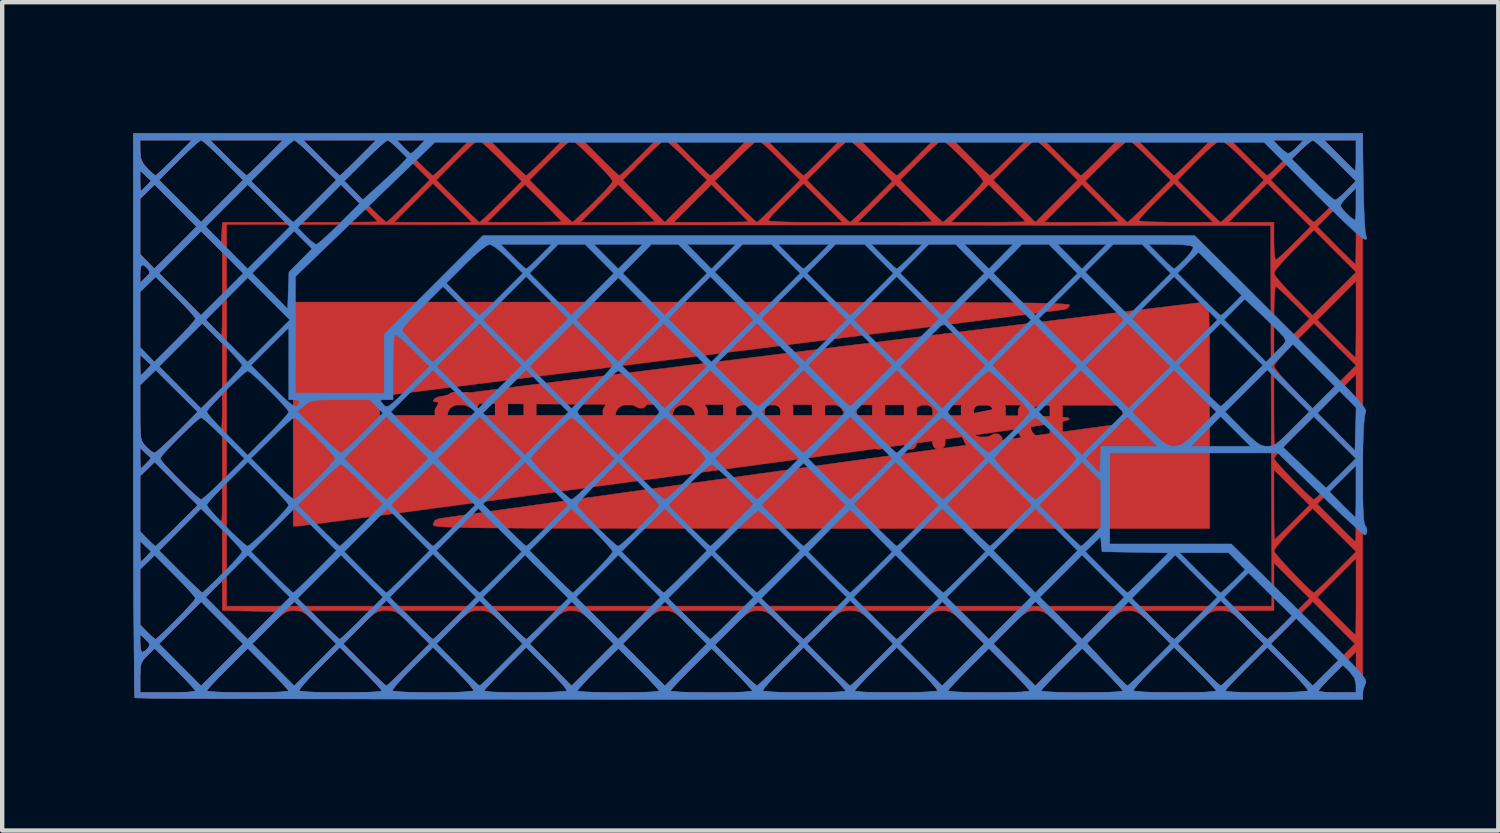
<source format=kicad_pcb>
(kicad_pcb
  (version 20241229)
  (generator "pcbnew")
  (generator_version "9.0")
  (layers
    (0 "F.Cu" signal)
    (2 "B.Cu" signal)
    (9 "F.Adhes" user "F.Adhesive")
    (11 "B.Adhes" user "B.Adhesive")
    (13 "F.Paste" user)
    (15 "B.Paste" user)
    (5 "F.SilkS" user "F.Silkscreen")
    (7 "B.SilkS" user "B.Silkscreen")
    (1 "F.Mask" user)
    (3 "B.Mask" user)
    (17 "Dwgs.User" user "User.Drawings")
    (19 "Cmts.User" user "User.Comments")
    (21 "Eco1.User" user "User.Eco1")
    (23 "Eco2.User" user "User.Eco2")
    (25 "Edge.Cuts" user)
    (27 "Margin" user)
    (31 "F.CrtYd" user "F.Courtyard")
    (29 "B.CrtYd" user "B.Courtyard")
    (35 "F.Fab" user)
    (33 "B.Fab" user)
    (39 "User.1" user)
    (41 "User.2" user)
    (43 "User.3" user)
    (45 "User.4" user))
  (footprint "cu_combined"
    (layer "F.Cu")
    (at 14.127 6.406)
    (property "Reference" "cu_combined" (at 0 0 0) (layer "F.Cu") (effects (font (size 1.524 1.524) (thickness 0.3))))
    (attr through_hole)
    (fp_poly (pts (xy -0.443 -2.54) (xy 0.592 -2.54) (xy 1.534 -2.539) (xy 2.386 -2.538) (xy 3.154 -2.537) (xy 3.841 -2.536) (xy 4.451 -2.534) (xy 4.989 -2.532) (xy 5.458 -2.529) (xy 5.864 -2.526) (xy 6.209 -2.522) (xy 6.499 -2.518) (xy 6.737 -2.513) (xy 6.927 -2.508) (xy 7.075 -2.502) (xy 7.183 -2.495) (xy 7.256 -2.488) (xy 7.299 -2.48) (xy 7.315 -2.471) (xy 7.315 -2.469) (xy 7.272 -2.404) (xy 7.201 -2.373) (xy 7.138 -2.364) (xy 6.981 -2.343) (xy 6.733 -2.31) (xy 6.401 -2.268) (xy 5.991 -2.215) (xy 5.507 -2.153) (xy 4.956 -2.082) (xy 4.343 -2.004) (xy 3.673 -1.919) (xy 2.953 -1.828) (xy 2.186 -1.731) (xy 1.38 -1.629) (xy 0.54 -1.522) (xy -0.329 -1.413) (xy -0.699 -1.366) (xy -8.484 -0.385) (xy -8.484 0.051) (xy -0.58 0.051) (xy 0.47 0.051) (xy 1.423 0.051) (xy 2.283 0.051) (xy 3.057 0.052) (xy 3.747 0.053) (xy 4.359 0.054) (xy 4.897 0.056) (xy 5.366 0.058) (xy 5.771 0.06) (xy 6.116 0.063) (xy 6.406 0.067) (xy 6.645 0.071) (xy 6.839 0.076) (xy 6.992 0.082) (xy 7.108 0.089) (xy 7.193 0.096) (xy 7.25 0.104) (xy 7.285 0.113) (xy 7.302 0.124) (xy 7.306 0.135) (xy 7.306 0.137) (xy 7.294 0.149) (xy 7.261 0.163) (xy 7.201 0.18) (xy 7.11 0.2) (xy 6.985 0.224) (xy 6.821 0.253) (xy 6.613 0.286) (xy 6.359 0.326) (xy 6.053 0.372) (xy 5.691 0.424) (xy 5.268 0.484) (xy 4.782 0.553) (xy 4.227 0.63) (xy 3.599 0.716) (xy 2.895 0.813) (xy 2.109 0.92) (xy 1.238 1.038) (xy 0.277 1.168) (xy -0.778 1.311) (xy -1.473 1.405) (xy -2.406 1.53) (xy -3.313 1.652) (xy -4.189 1.77) (xy -5.027 1.883) (xy -5.824 1.99) (xy -6.573 2.09) (xy -7.271 2.183) (xy -7.91 2.269) (xy -8.487 2.346) (xy -8.997 2.413) (xy -9.433 2.471) (xy -9.79 2.518) (xy -10.065 2.553) (xy -10.25 2.577) (xy -10.342 2.588) (xy -10.351 2.589) (xy -10.465 2.591) (xy -10.465 -2.54) (xy -1.575 -2.54) (xy -0.443 -2.54)) (stroke (width 0.01) (type solid)) (fill yes) (layer "F.Cu"))
    (fp_poly (pts (xy 10.437 -2.538) (xy 10.456 -2.526) (xy 10.472 -2.497) (xy 10.484 -2.441) (xy 10.494 -2.351) (xy 10.502 -2.218) (xy 10.507 -2.035) (xy 10.511 -1.793) (xy 10.514 -1.484) (xy 10.515 -1.099) (xy 10.515 -0.631) (xy 10.516 -0.071) (xy 10.516 0.051) (xy 10.516 2.642) (xy 1.626 2.642) (xy 0.511 2.642) (xy -0.505 2.641) (xy -1.43 2.641) (xy -2.266 2.641) (xy -3.018 2.64) (xy -3.69 2.639) (xy -4.288 2.638) (xy -4.815 2.637) (xy -5.276 2.635) (xy -5.675 2.632) (xy -6.017 2.63) (xy -6.306 2.626) (xy -6.546 2.622) (xy -6.743 2.617) (xy -6.9 2.612) (xy -7.022 2.606) (xy -7.113 2.599) (xy -7.178 2.591) (xy -7.221 2.582) (xy -7.247 2.573) (xy -7.26 2.562) (xy -7.264 2.55) (xy -7.264 2.544) (xy -7.22 2.456) (xy -7.125 2.418) (xy -7.056 2.407) (xy -6.894 2.383) (xy -6.645 2.348) (xy -6.316 2.301) (xy -5.914 2.244) (xy -5.445 2.178) (xy -4.917 2.104) (xy -4.335 2.023) (xy -3.707 1.935) (xy -3.038 1.842) (xy -2.337 1.744) (xy -1.608 1.642) (xy -0.86 1.538) (xy -0.098 1.432) (xy 0.67 1.326) (xy 1.438 1.219) (xy 2.2 1.113) (xy 2.948 1.01) (xy 3.676 0.909) (xy 4.377 0.812) (xy 5.045 0.72) (xy 5.674 0.633) (xy 6.255 0.553) (xy 6.783 0.48) (xy 7.251 0.416) (xy 7.653 0.361) (xy 7.981 0.317) (xy 8.229 0.284) (xy 8.391 0.262) (xy 8.459 0.254) (xy 8.46 0.254) (xy 8.511 0.231) (xy 8.528 0.148) (xy 8.525 0.038) (xy 8.509 -0.178) (xy 0.622 -0.191) (xy -0.439 -0.192) (xy -1.404 -0.194) (xy -2.276 -0.196) (xy -3.059 -0.199) (xy -3.759 -0.201) (xy -4.38 -0.204) (xy -4.925 -0.207) (xy -5.4 -0.21) (xy -5.81 -0.214) (xy -6.158 -0.218) (xy -6.449 -0.222) (xy -6.687 -0.228) (xy -6.877 -0.233) (xy -7.024 -0.24) (xy -7.132 -0.247) (xy -7.204 -0.255) (xy -7.247 -0.263) (xy -7.264 -0.273) (xy -7.264 -0.276) (xy -7.221 -0.337) (xy -7.125 -0.377) (xy -7.058 -0.386) (xy -6.897 -0.408) (xy -6.648 -0.44) (xy -6.318 -0.481) (xy -5.912 -0.533) (xy -5.438 -0.592) (xy -4.901 -0.659) (xy -4.307 -0.733) (xy -3.664 -0.813) (xy -2.977 -0.899) (xy -2.252 -0.989) (xy -1.497 -1.082) (xy -0.716 -1.179) (xy 0.082 -1.277) (xy 0.893 -1.378) (xy 1.71 -1.478) (xy 2.526 -1.579) (xy 3.335 -1.679) (xy 4.131 -1.777) (xy 4.908 -1.872) (xy 5.659 -1.964) (xy 6.378 -2.052) (xy 7.059 -2.136) (xy 7.694 -2.213) (xy 8.279 -2.285) (xy 8.807 -2.349) (xy 9.271 -2.405) (xy 9.665 -2.453) (xy 9.982 -2.491) (xy 10.218 -2.518) (xy 10.364 -2.535) (xy 10.414 -2.54) (xy 10.437 -2.538)) (stroke (width 0.01) (type solid)) (fill yes) (layer "F.Cu"))
    (fp_poly (pts (xy 14.021 6.553) (xy -0.017 6.553) (xy -1.205 6.553) (xy -2.366 6.553) (xy -3.497 6.552) (xy -4.593 6.551) (xy -5.65 6.55) (xy -6.664 6.549) (xy -7.632 6.548) (xy -8.548 6.546) (xy -9.409 6.544) (xy -10.211 6.543) (xy -10.949 6.541) (xy -11.62 6.538) (xy -12.22 6.536) (xy -12.744 6.534) (xy -13.187 6.531) (xy -13.547 6.529) (xy -13.819 6.526) (xy -13.999 6.523) (xy -14.083 6.52) (xy -14.089 6.519) (xy -14.093 6.465) (xy -14.097 6.316) (xy -14.101 6.077) (xy -14.101 6.055) (xy -13.97 6.055) (xy -13.97 6.401) (xy -13.335 6.401) (xy -13.094 6.398) (xy -12.896 6.39) (xy -12.758 6.379) (xy -12.701 6.365) (xy -12.7 6.364) (xy -12.701 6.362) (xy -12.446 6.362) (xy -12.398 6.374) (xy -12.264 6.385) (xy -12.06 6.393) (xy -11.802 6.399) (xy -11.506 6.401) (xy -11.21 6.399) (xy -10.952 6.394) (xy -10.748 6.386) (xy -10.614 6.375) (xy -10.566 6.364) (xy -10.574 6.353) (xy -10.333 6.353) (xy -10.332 6.359) (xy -10.276 6.373) (xy -10.14 6.384) (xy -9.941 6.392) (xy -9.701 6.397) (xy -9.438 6.4) (xy -9.17 6.399) (xy -8.918 6.396) (xy -8.701 6.39) (xy -8.537 6.381) (xy -8.445 6.369) (xy -8.433 6.362) (xy -8.439 6.353) (xy -8.199 6.353) (xy -8.199 6.359) (xy -8.142 6.372) (xy -8 6.384) (xy -7.79 6.393) (xy -7.529 6.399) (xy -7.264 6.401) (xy -6.971 6.399) (xy -6.714 6.392) (xy -6.511 6.383) (xy -6.377 6.371) (xy -6.34 6.362) (xy -6.096 6.362) (xy -6.048 6.375) (xy -5.918 6.386) (xy -5.725 6.394) (xy -5.488 6.398) (xy -5.226 6.4) (xy -4.958 6.399) (xy -4.704 6.395) (xy -4.482 6.388) (xy -4.312 6.379) (xy -4.213 6.366) (xy -4.203 6.362) (xy -3.962 6.362) (xy -3.914 6.374) (xy -3.78 6.385) (xy -3.576 6.393) (xy -3.318 6.399) (xy -3.023 6.401) (xy -2.726 6.399) (xy -2.468 6.394) (xy -2.264 6.386) (xy -2.131 6.375) (xy -2.083 6.364) (xy -2.084 6.362) (xy -1.829 6.362) (xy -1.781 6.374) (xy -1.647 6.385) (xy -1.443 6.393) (xy -1.185 6.399) (xy -0.889 6.401) (xy -0.593 6.399) (xy -0.335 6.394) (xy -0.131 6.386) (xy 0.003 6.375) (xy 0.051 6.364) (xy 0.043 6.353) (xy 0.285 6.353) (xy 0.285 6.359) (xy 0.341 6.373) (xy 0.478 6.384) (xy 0.676 6.392) (xy 0.916 6.397) (xy 1.179 6.4) (xy 1.447 6.399) (xy 1.699 6.396) (xy 1.917 6.39) (xy 2.081 6.381) (xy 2.172 6.369) (xy 2.184 6.362) (xy 2.388 6.362) (xy 2.435 6.375) (xy 2.565 6.386) (xy 2.758 6.394) (xy 2.996 6.398) (xy 3.258 6.4) (xy 3.525 6.399) (xy 3.78 6.395) (xy 4.001 6.388) (xy 4.171 6.379) (xy 4.27 6.366) (xy 4.281 6.362) (xy 4.521 6.362) (xy 4.569 6.374) (xy 4.703 6.385) (xy 4.907 6.393) (xy 5.165 6.399) (xy 5.461 6.401) (xy 5.757 6.399) (xy 6.015 6.394) (xy 6.219 6.386) (xy 6.353 6.375) (xy 6.401 6.364) (xy 6.399 6.362) (xy 6.655 6.362) (xy 6.703 6.374) (xy 6.837 6.385) (xy 7.041 6.393) (xy 7.299 6.399) (xy 7.595 6.401) (xy 7.891 6.399) (xy 8.149 6.394) (xy 8.353 6.386) (xy 8.486 6.375) (xy 8.534 6.364) (xy 8.527 6.353) (xy 8.768 6.353) (xy 8.769 6.359) (xy 8.825 6.373) (xy 8.961 6.384) (xy 9.159 6.392) (xy 9.4 6.397) (xy 9.663 6.4) (xy 9.93 6.399) (xy 10.183 6.396) (xy 10.4 6.39) (xy 10.564 6.381) (xy 10.656 6.369) (xy 10.668 6.362) (xy 10.871 6.362) (xy 10.919 6.375) (xy 11.049 6.386) (xy 11.242 6.394) (xy 11.479 6.398) (xy 11.741 6.4) (xy 12.009 6.399) (xy 12.263 6.395) (xy 12.485 6.388) (xy 12.655 6.379) (xy 12.754 6.366) (xy 12.765 6.362) (xy 13.005 6.362) (xy 13.005 6.362) (xy 13.052 6.379) (xy 13.177 6.393) (xy 13.357 6.4) (xy 13.437 6.401) (xy 13.868 6.401) (xy 13.868 5.463) (xy 13.437 5.893) (xy 13.269 6.063) (xy 13.132 6.208) (xy 13.039 6.312) (xy 13.005 6.362) (xy 12.765 6.362) (xy 12.771 6.359) (xy 12.746 6.31) (xy 12.661 6.205) (xy 12.528 6.058) (xy 12.36 5.883) (xy 12.316 5.839) (xy 11.836 5.361) (xy 11.354 5.842) (xy 11.176 6.022) (xy 11.028 6.177) (xy 10.922 6.293) (xy 10.873 6.356) (xy 10.871 6.362) (xy 10.668 6.362) (xy 10.634 6.313) (xy 10.541 6.208) (xy 10.401 6.061) (xy 10.229 5.886) (xy 10.185 5.842) (xy 9.703 5.361) (xy 9.223 5.839) (xy 9.048 6.018) (xy 8.905 6.173) (xy 8.808 6.29) (xy 8.768 6.353) (xy 8.527 6.353) (xy 8.5 6.316) (xy 8.408 6.211) (xy 8.269 6.064) (xy 8.099 5.89) (xy 8.065 5.856) (xy 7.597 5.385) (xy 7.126 5.854) (xy 6.95 6.031) (xy 6.805 6.184) (xy 6.702 6.298) (xy 6.656 6.358) (xy 6.655 6.362) (xy 6.399 6.362) (xy 6.367 6.316) (xy 6.274 6.211) (xy 6.136 6.064) (xy 5.966 5.89) (xy 5.932 5.856) (xy 5.463 5.385) (xy 4.992 5.854) (xy 4.817 6.031) (xy 4.671 6.184) (xy 4.568 6.298) (xy 4.522 6.358) (xy 4.521 6.362) (xy 4.281 6.362) (xy 4.287 6.359) (xy 4.263 6.31) (xy 4.178 6.205) (xy 4.045 6.058) (xy 3.876 5.883) (xy 3.833 5.839) (xy 3.353 5.361) (xy 2.87 5.842) (xy 2.692 6.022) (xy 2.544 6.177) (xy 2.439 6.293) (xy 2.39 6.356) (xy 2.388 6.362) (xy 2.184 6.362) (xy 2.15 6.313) (xy 2.057 6.208) (xy 1.918 6.061) (xy 1.746 5.886) (xy 1.702 5.842) (xy 1.219 5.361) (xy 0.739 5.839) (xy 0.564 6.018) (xy 0.422 6.173) (xy 0.324 6.29) (xy 0.285 6.353) (xy 0.043 6.353) (xy 0.017 6.316) (xy -0.076 6.211) (xy -0.214 6.064) (xy -0.384 5.89) (xy -0.418 5.856) (xy -0.887 5.385) (xy -1.358 5.854) (xy -1.533 6.031) (xy -1.679 6.184) (xy -1.782 6.298) (xy -1.828 6.358) (xy -1.829 6.362) (xy -2.084 6.362) (xy -2.117 6.316) (xy -2.21 6.211) (xy -2.348 6.064) (xy -2.518 5.89) (xy -2.552 5.856) (xy -3.021 5.385) (xy -3.492 5.854) (xy -3.667 6.031) (xy -3.813 6.184) (xy -3.915 6.298) (xy -3.961 6.358) (xy -3.962 6.362) (xy -4.203 6.362) (xy -4.197 6.359) (xy -4.221 6.31) (xy -4.306 6.205) (xy -4.439 6.058) (xy -4.607 5.883) (xy -4.651 5.839) (xy -5.131 5.361) (xy -5.613 5.842) (xy -5.791 6.022) (xy -5.939 6.177) (xy -6.045 6.293) (xy -6.094 6.356) (xy -6.096 6.362) (xy -6.34 6.362) (xy -6.33 6.359) (xy -6.355 6.31) (xy -6.44 6.205) (xy -6.573 6.058) (xy -6.741 5.883) (xy -6.784 5.839) (xy -7.264 5.361) (xy -7.744 5.839) (xy -7.919 6.018) (xy -8.062 6.173) (xy -8.159 6.29) (xy -8.199 6.353) (xy -8.439 6.353) (xy -8.467 6.313) (xy -8.56 6.208) (xy -8.7 6.061) (xy -8.872 5.886) (xy -8.915 5.842) (xy -9.398 5.361) (xy -9.878 5.839) (xy -10.053 6.018) (xy -10.195 6.173) (xy -10.293 6.29) (xy -10.333 6.353) (xy -10.574 6.353) (xy -10.6 6.316) (xy -10.693 6.211) (xy -10.831 6.064) (xy -11.002 5.89) (xy -11.035 5.856) (xy -11.504 5.385) (xy -11.975 5.854) (xy -12.151 6.031) (xy -12.296 6.184) (xy -12.399 6.298) (xy -12.445 6.358) (xy -12.446 6.362) (xy -12.701 6.362) (xy -12.734 6.316) (xy -12.827 6.211) (xy -12.965 6.064) (xy -13.135 5.89) (xy -13.168 5.856) (xy -13.636 5.386) (xy -13.803 5.548) (xy -13.893 5.642) (xy -13.943 5.729) (xy -13.965 5.844) (xy -13.97 6.02) (xy -13.97 6.055) (xy -14.101 6.055) (xy -14.104 5.754) (xy -14.108 5.355) (xy -14.108 5.274) (xy -13.97 5.274) (xy -13.959 5.424) (xy -13.921 5.479) (xy -13.85 5.444) (xy -13.8 5.394) (xy -13.75 5.325) (xy -13.758 5.283) (xy -13.537 5.283) (xy -13.056 5.766) (xy -12.574 6.249) (xy -11.609 5.284) (xy -11.61 5.283) (xy -11.402 5.283) (xy -10.441 6.249) (xy -9.958 5.767) (xy -9.476 5.284) (xy -9.476 5.283) (xy -9.32 5.283) (xy -8.839 5.766) (xy -8.66 5.943) (xy -8.508 6.091) (xy -8.395 6.197) (xy -8.336 6.246) (xy -8.331 6.248) (xy -8.287 6.214) (xy -8.186 6.121) (xy -8.042 5.982) (xy -7.868 5.811) (xy -7.823 5.766) (xy -7.343 5.283) (xy -7.186 5.283) (xy -6.705 5.766) (xy -6.527 5.943) (xy -6.374 6.091) (xy -6.261 6.197) (xy -6.202 6.246) (xy -6.198 6.248) (xy -6.154 6.214) (xy -6.052 6.121) (xy -5.908 5.982) (xy -5.734 5.811) (xy -5.69 5.766) (xy -5.209 5.283) (xy -5.052 5.283) (xy -4.091 6.249) (xy -3.608 5.767) (xy -3.126 5.284) (xy -3.126 5.283) (xy -2.919 5.283) (xy -1.957 6.249) (xy -1.475 5.767) (xy -1.015 5.306) (xy -0.813 5.306) (xy -0.344 5.777) (xy -0.168 5.953) (xy -0.017 6.098) (xy 0.093 6.201) (xy 0.149 6.247) (xy 0.152 6.248) (xy 0.196 6.214) (xy 0.298 6.121) (xy 0.442 5.982) (xy 0.616 5.811) (xy 0.66 5.766) (xy 1.141 5.283) (xy 1.298 5.283) (xy 1.778 5.766) (xy 1.957 5.943) (xy 2.11 6.091) (xy 2.222 6.197) (xy 2.281 6.246) (xy 2.286 6.248) (xy 2.33 6.214) (xy 2.431 6.121) (xy 2.576 5.982) (xy 2.749 5.811) (xy 2.794 5.766) (xy 3.274 5.283) (xy 3.431 5.283) (xy 4.393 6.249) (xy 4.875 5.767) (xy 5.358 5.284) (xy 5.357 5.283) (xy 5.565 5.283) (xy 6.526 6.249) (xy 7.009 5.767) (xy 7.491 5.284) (xy 7.482 5.275) (xy 7.707 5.275) (xy 8.156 5.762) (xy 8.326 5.943) (xy 8.471 6.094) (xy 8.577 6.2) (xy 8.631 6.247) (xy 8.634 6.248) (xy 8.679 6.214) (xy 8.781 6.121) (xy 8.926 5.982) (xy 9.099 5.81) (xy 9.144 5.766) (xy 9.624 5.283) (xy 9.781 5.283) (xy 10.262 5.766) (xy 10.44 5.943) (xy 10.593 6.091) (xy 10.706 6.197) (xy 10.765 6.246) (xy 10.77 6.248) (xy 10.814 6.214) (xy 10.915 6.121) (xy 11.059 5.982) (xy 11.233 5.811) (xy 11.277 5.766) (xy 11.758 5.283) (xy 11.757 5.283) (xy 11.914 5.283) (xy 12.395 5.766) (xy 12.876 6.249) (xy 13.842 5.284) (xy 13.36 4.801) (xy 12.879 4.317) (xy 11.914 5.283) (xy 11.757 5.283) (xy 11.379 4.902) (xy 11.208 4.732) (xy 11.085 4.622) (xy 10.992 4.559) (xy 10.906 4.529) (xy 10.807 4.521) (xy 10.77 4.521) (xy 11.154 4.521) (xy 11.481 4.851) (xy 11.627 4.996) (xy 11.746 5.109) (xy 11.821 5.173) (xy 11.836 5.182) (xy 11.88 5.148) (xy 11.981 5.055) (xy 12.125 4.916) (xy 12.298 4.745) (xy 12.333 4.711) (xy 12.802 4.24) (xy 12.778 4.216) (xy 12.981 4.216) (xy 13.411 4.648) (xy 13.578 4.815) (xy 13.717 4.952) (xy 13.814 5.045) (xy 13.854 5.08) (xy 13.855 5.08) (xy 13.859 5.032) (xy 13.863 4.899) (xy 13.866 4.697) (xy 13.868 4.442) (xy 13.868 4.204) (xy 13.868 3.328) (xy 12.981 4.216) (xy 12.778 4.216) (xy 12.395 3.836) (xy 11.989 3.431) (xy 11.989 4.521) (xy 11.154 4.521) (xy 10.77 4.521) (xy 10.662 4.525) (xy 10.574 4.546) (xy 10.486 4.597) (xy 10.375 4.691) (xy 10.221 4.841) (xy 10.16 4.902) (xy 9.781 5.283) (xy 9.624 5.283) (xy 9.246 4.902) (xy 9.072 4.731) (xy 8.947 4.62) (xy 8.852 4.557) (xy 8.766 4.528) (xy 8.669 4.521) (xy 8.661 4.521) (xy 9.02 4.521) (xy 9.347 4.851) (xy 9.494 4.996) (xy 9.613 5.109) (xy 9.688 5.173) (xy 9.703 5.182) (xy 9.749 5.148) (xy 9.848 5.057) (xy 9.983 4.927) (xy 10.058 4.851) (xy 10.386 4.521) (xy 9.02 4.521) (xy 8.661 4.521) (xy 8.562 4.527) (xy 8.476 4.554) (xy 8.381 4.615) (xy 8.259 4.723) (xy 8.088 4.891) (xy 8.081 4.898) (xy 7.707 5.275) (xy 7.482 5.275) (xy 7.112 4.903) (xy 6.939 4.731) (xy 6.814 4.62) (xy 6.719 4.557) (xy 6.633 4.528) (xy 6.536 4.521) (xy 6.528 4.521) (xy 6.937 4.521) (xy 7.264 4.851) (xy 7.408 4.996) (xy 7.52 5.108) (xy 7.585 5.172) (xy 7.595 5.182) (xy 7.629 5.148) (xy 7.719 5.058) (xy 7.848 4.929) (xy 7.925 4.851) (xy 8.252 4.521) (xy 6.937 4.521) (xy 6.528 4.521) (xy 6.429 4.527) (xy 6.343 4.554) (xy 6.249 4.614) (xy 6.127 4.721) (xy 5.958 4.888) (xy 5.943 4.902) (xy 5.565 5.283) (xy 5.357 5.283) (xy 4.979 4.903) (xy 4.805 4.731) (xy 4.68 4.62) (xy 4.585 4.557) (xy 4.499 4.528) (xy 4.402 4.521) (xy 4.394 4.521) (xy 4.804 4.521) (xy 5.131 4.851) (xy 5.274 4.996) (xy 5.386 5.108) (xy 5.451 5.172) (xy 5.461 5.182) (xy 5.495 5.148) (xy 5.585 5.058) (xy 5.715 4.929) (xy 5.791 4.851) (xy 6.118 4.521) (xy 4.804 4.521) (xy 4.394 4.521) (xy 4.296 4.527) (xy 4.209 4.554) (xy 4.116 4.614) (xy 3.994 4.721) (xy 3.824 4.888) (xy 3.81 4.902) (xy 3.431 5.283) (xy 3.274 5.283) (xy 2.896 4.902) (xy 2.724 4.732) (xy 2.602 4.622) (xy 2.508 4.559) (xy 2.422 4.529) (xy 2.323 4.521) (xy 2.286 4.521) (xy 2.67 4.521) (xy 2.997 4.851) (xy 3.144 4.996) (xy 3.263 5.109) (xy 3.338 5.173) (xy 3.353 5.182) (xy 3.399 5.148) (xy 3.498 5.057) (xy 3.633 4.927) (xy 3.708 4.851) (xy 4.036 4.521) (xy 2.67 4.521) (xy 2.286 4.521) (xy 2.179 4.525) (xy 2.091 4.546) (xy 2.002 4.597) (xy 1.891 4.691) (xy 1.737 4.841) (xy 1.676 4.902) (xy 1.298 5.283) (xy 1.141 5.283) (xy 0.762 4.902) (xy 0.588 4.73) (xy 0.463 4.619) (xy 0.368 4.556) (xy 0.282 4.528) (xy 0.185 4.521) (xy 0.18 4.521) (xy 0.536 4.521) (xy 0.864 4.851) (xy 1.01 4.996) (xy 1.129 5.109) (xy 1.204 5.173) (xy 1.219 5.182) (xy 1.265 5.148) (xy 1.364 5.057) (xy 1.499 4.927) (xy 1.575 4.851) (xy 1.902 4.521) (xy 0.536 4.521) (xy 0.18 4.521) (xy 0.084 4.527) (xy -0.002 4.554) (xy -0.096 4.614) (xy -0.219 4.72) (xy -0.389 4.885) (xy -0.418 4.914) (xy -0.813 5.306) (xy -1.015 5.306) (xy -0.992 5.284) (xy -1.371 4.903) (xy -1.545 4.731) (xy -1.67 4.62) (xy -1.765 4.557) (xy -1.851 4.528) (xy -1.948 4.521) (xy -1.956 4.521) (xy -1.597 4.521) (xy -1.27 4.851) (xy -1.123 4.996) (xy -1.004 5.109) (xy -0.929 5.173) (xy -0.914 5.182) (xy -0.869 5.148) (xy -0.769 5.057) (xy -0.634 4.927) (xy -0.559 4.851) (xy -0.232 4.521) (xy -1.597 4.521) (xy -1.956 4.521) (xy -2.054 4.527) (xy -2.141 4.554) (xy -2.234 4.614) (xy -2.356 4.721) (xy -2.526 4.888) (xy -2.54 4.902) (xy -2.919 5.283) (xy -3.126 5.283) (xy -3.505 4.903) (xy -3.679 4.731) (xy -3.803 4.62) (xy -3.898 4.557) (xy -3.984 4.528) (xy -4.081 4.521) (xy -4.089 4.521) (xy -3.68 4.521) (xy -3.353 4.851) (xy -3.209 4.996) (xy -3.097 5.108) (xy -3.032 5.172) (xy -3.023 5.182) (xy -2.988 5.148) (xy -2.898 5.058) (xy -2.769 4.929) (xy -2.692 4.851) (xy -2.365 4.521) (xy -3.68 4.521) (xy -4.089 4.521) (xy -4.188 4.527) (xy -4.274 4.554) (xy -4.368 4.614) (xy -4.49 4.721) (xy -4.659 4.888) (xy -4.674 4.902) (xy -5.052 5.283) (xy -5.209 5.283) (xy -5.588 4.902) (xy -5.76 4.732) (xy -5.882 4.622) (xy -5.976 4.559) (xy -6.061 4.529) (xy -6.16 4.521) (xy -6.198 4.521) (xy -5.814 4.521) (xy -5.486 4.851) (xy -5.34 4.996) (xy -5.221 5.109) (xy -5.146 5.173) (xy -5.131 5.182) (xy -5.085 5.148) (xy -4.986 5.057) (xy -4.851 4.927) (xy -4.775 4.851) (xy -4.448 4.521) (xy -5.814 4.521) (xy -6.198 4.521) (xy -6.305 4.525) (xy -6.393 4.546) (xy -6.482 4.597) (xy -6.593 4.691) (xy -6.747 4.841) (xy -6.807 4.902) (xy -7.186 5.283) (xy -7.343 5.283) (xy -7.721 4.902) (xy -7.893 4.732) (xy -8.016 4.622) (xy -8.109 4.559) (xy -8.195 4.529) (xy -8.294 4.521) (xy -8.331 4.521) (xy -7.947 4.521) (xy -7.62 4.851) (xy -7.473 4.996) (xy -7.354 5.109) (xy -7.279 5.173) (xy -7.264 5.182) (xy -7.219 5.148) (xy -7.119 5.057) (xy -6.984 4.927) (xy -6.909 4.851) (xy -6.582 4.521) (xy -7.947 4.521) (xy -8.331 4.521) (xy -8.439 4.525) (xy -8.526 4.546) (xy -8.615 4.597) (xy -8.726 4.691) (xy -8.88 4.841) (xy -8.941 4.902) (xy -9.32 5.283) (xy -9.476 5.283) (xy -9.855 4.903) (xy -10.029 4.731) (xy -10.153 4.62) (xy -10.248 4.557) (xy -10.334 4.528) (xy -10.431 4.521) (xy -10.439 4.521) (xy -10.081 4.521) (xy -9.754 4.851) (xy -9.607 4.996) (xy -9.488 5.109) (xy -9.413 5.173) (xy -9.398 5.182) (xy -9.352 5.148) (xy -9.253 5.057) (xy -9.118 4.927) (xy -9.042 4.851) (xy -8.715 4.521) (xy -10.081 4.521) (xy -10.439 4.521) (xy -10.538 4.527) (xy -10.624 4.554) (xy -10.718 4.614) (xy -10.84 4.721) (xy -11.009 4.888) (xy -11.024 4.902) (xy -11.402 5.283) (xy -11.61 5.283) (xy -12.09 4.801) (xy -12.572 4.317) (xy -13.537 5.283) (xy -13.758 5.283) (xy -13.762 5.267) (xy -13.843 5.182) (xy -13.97 5.062) (xy -13.97 5.274) (xy -14.108 5.274) (xy -14.111 4.884) (xy -14.114 4.348) (xy -14.116 3.753) (xy -14.117 3.576) (xy -13.97 3.576) (xy -13.97 4.847) (xy -13.808 5.014) (xy -13.705 5.114) (xy -13.632 5.174) (xy -13.616 5.182) (xy -13.571 5.148) (xy -13.47 5.055) (xy -13.327 4.918) (xy -13.156 4.749) (xy -13.143 4.736) (xy -12.974 4.562) (xy -12.834 4.411) (xy -12.738 4.3) (xy -12.7 4.243) (xy -12.7 4.242) (xy -12.717 4.216) (xy -12.47 4.216) (xy -11.509 5.181) (xy -11.188 4.864) (xy -10.868 4.547) (xy -12.09 4.518) (xy -12.09 4.42) (xy -11.989 4.42) (xy 11.939 4.42) (xy 11.935 3.155) (xy 11.989 3.155) (xy 12.022 3.21) (xy 12.112 3.319) (xy 12.24 3.463) (xy 12.391 3.625) (xy 12.548 3.789) (xy 12.695 3.935) (xy 12.814 4.048) (xy 12.889 4.109) (xy 12.903 4.115) (xy 12.947 4.081) (xy 13.048 3.988) (xy 13.192 3.849) (xy 13.365 3.679) (xy 13.4 3.644) (xy 13.868 3.173) (xy 13.371 2.677) (xy 12.873 2.182) (xy 12.431 2.634) (xy 12.262 2.812) (xy 12.123 2.969) (xy 12.027 3.088) (xy 11.989 3.153) (xy 11.989 3.155) (xy 11.935 3.155) (xy 11.932 2.097) (xy 11.989 2.097) (xy 11.99 2.369) (xy 11.992 2.601) (xy 11.995 2.776) (xy 12 2.877) (xy 12.003 2.896) (xy 12.042 2.862) (xy 12.137 2.77) (xy 12.274 2.636) (xy 12.409 2.501) (xy 12.802 2.106) (xy 12.778 2.082) (xy 12.981 2.082) (xy 13.411 2.514) (xy 13.578 2.681) (xy 13.717 2.818) (xy 13.814 2.911) (xy 13.854 2.946) (xy 13.855 2.946) (xy 13.859 2.898) (xy 13.863 2.765) (xy 13.866 2.563) (xy 13.868 2.308) (xy 13.868 2.07) (xy 13.868 1.195) (xy 12.981 2.082) (xy 12.778 2.082) (xy 12.395 1.702) (xy 11.989 1.298) (xy 11.989 2.097) (xy 11.932 2.097) (xy 11.928 1.039) (xy 11.989 1.039) (xy 12.022 1.09) (xy 12.112 1.194) (xy 12.241 1.335) (xy 12.392 1.494) (xy 12.55 1.655) (xy 12.696 1.8) (xy 12.815 1.912) (xy 12.889 1.974) (xy 12.903 1.981) (xy 12.947 1.947) (xy 13.048 1.854) (xy 13.192 1.716) (xy 13.365 1.545) (xy 13.4 1.51) (xy 13.868 1.039) (xy 13.386 0.559) (xy 12.903 0.078) (xy 12.446 0.533) (xy 12.273 0.709) (xy 12.13 0.862) (xy 12.031 0.976) (xy 11.989 1.037) (xy 11.989 1.039) (xy 11.928 1.039) (xy 11.926 0.064) (xy 11.925 -0.037) (xy 11.989 -0.037) (xy 11.99 0.235) (xy 11.992 0.467) (xy 11.995 0.643) (xy 12 0.744) (xy 12.003 0.762) (xy 12.042 0.728) (xy 12.137 0.637) (xy 12.274 0.502) (xy 12.409 0.367) (xy 12.775 -0.001) (xy 12.981 -0.001) (xy 13.411 0.431) (xy 13.578 0.599) (xy 13.717 0.736) (xy 13.814 0.829) (xy 13.854 0.864) (xy 13.855 0.864) (xy 13.859 0.816) (xy 13.863 0.682) (xy 13.866 0.48) (xy 13.868 0.226) (xy 13.868 -0.012) (xy 13.868 -0.888) (xy 12.981 -0.001) (xy 12.775 -0.001) (xy 12.802 -0.028) (xy 12.395 -0.432) (xy 11.989 -0.836) (xy 11.989 -0.037) (xy 11.925 -0.037) (xy 11.922 -1.074) (xy 11.989 -1.074) (xy 12.023 -1.012) (xy 12.115 -0.895) (xy 12.252 -0.74) (xy 12.42 -0.562) (xy 12.431 -0.551) (xy 12.873 -0.099) (xy 13.371 -0.595) (xy 13.869 -1.091) (xy 13.386 -1.573) (xy 12.904 -2.056) (xy 12.446 -1.601) (xy 12.273 -1.423) (xy 12.13 -1.265) (xy 12.031 -1.145) (xy 11.989 -1.077) (xy 11.989 -1.074) (xy 11.922 -1.074) (xy 11.919 -2.122) (xy 11.989 -2.122) (xy 11.989 -1.349) (xy 12.395 -1.753) (xy 12.779 -2.134) (xy 12.981 -2.134) (xy 13.411 -1.702) (xy 13.578 -1.535) (xy 13.717 -1.398) (xy 13.814 -1.305) (xy 13.854 -1.27) (xy 13.855 -1.27) (xy 13.859 -1.318) (xy 13.863 -1.451) (xy 13.866 -1.653) (xy 13.868 -1.908) (xy 13.868 -2.146) (xy 13.868 -3.022) (xy 12.981 -2.134) (xy 12.779 -2.134) (xy 12.802 -2.157) (xy 12.435 -2.526) (xy 12.278 -2.68) (xy 12.146 -2.803) (xy 12.057 -2.879) (xy 12.028 -2.896) (xy 12.015 -2.848) (xy 12.003 -2.716) (xy 11.994 -2.517) (xy 11.99 -2.269) (xy 11.989 -2.122) (xy 11.919 -2.122) (xy 11.916 -3.202) (xy 11.989 -3.202) (xy 12.023 -3.139) (xy 12.116 -3.021) (xy 12.254 -2.866) (xy 12.424 -2.689) (xy 12.432 -2.681) (xy 12.876 -2.235) (xy 13.372 -2.73) (xy 13.869 -3.225) (xy 13.386 -3.707) (xy 12.904 -4.19) (xy 12.446 -3.734) (xy 12.273 -3.556) (xy 12.13 -3.397) (xy 12.03 -3.276) (xy 11.989 -3.206) (xy 11.989 -3.202) (xy 11.916 -3.202) (xy 11.913 -4.293) (xy -0.038 -4.305) (xy -11.989 -4.318) (xy -11.989 4.42) (xy -12.09 4.42) (xy -12.09 3.837) (xy -12.47 4.216) (xy -12.717 4.216) (xy -12.734 4.189) (xy -12.827 4.081) (xy -12.966 3.931) (xy -13.136 3.755) (xy -13.168 3.723) (xy -13.636 3.253) (xy -13.803 3.414) (xy -13.97 3.576) (xy -14.117 3.576) (xy -14.118 3.166) (xy -13.97 3.166) (xy -13.967 3.306) (xy -13.959 3.391) (xy -13.953 3.404) (xy -13.911 3.371) (xy -13.831 3.291) (xy -13.826 3.286) (xy -13.715 3.168) (xy -13.735 3.15) (xy -13.536 3.15) (xy -13.056 3.632) (xy -12.877 3.81) (xy -12.724 3.958) (xy -12.611 4.063) (xy -12.551 4.113) (xy -12.546 4.115) (xy -12.499 4.081) (xy -12.403 3.995) (xy -12.304 3.897) (xy -12.09 3.679) (xy -12.09 2.663) (xy -12.333 2.424) (xy -12.576 2.185) (xy -13.056 2.667) (xy -13.536 3.15) (xy -13.735 3.15) (xy -13.843 3.048) (xy -13.97 2.929) (xy -13.97 3.166) (xy -14.118 3.166) (xy -14.118 3.105) (xy -14.12 2.41) (xy -14.121 1.675) (xy -14.122 1.442) (xy -13.97 1.442) (xy -13.97 2.713) (xy -13.808 2.88) (xy -13.705 2.98) (xy -13.634 3.04) (xy -13.618 3.048) (xy -13.574 3.014) (xy -13.473 2.922) (xy -13.328 2.784) (xy -13.155 2.614) (xy -13.12 2.579) (xy -12.649 2.11) (xy -12.656 2.103) (xy -12.446 2.103) (xy -12.415 2.16) (xy -12.339 2.257) (xy -12.245 2.364) (xy -12.159 2.451) (xy -12.107 2.489) (xy -12.106 2.489) (xy -12.099 2.442) (xy -12.093 2.319) (xy -12.09 2.142) (xy -12.09 2.098) (xy -12.09 1.707) (xy -12.268 1.88) (xy -12.372 1.99) (xy -12.436 2.077) (xy -12.446 2.103) (xy -12.656 2.103) (xy -13.143 1.615) (xy -13.636 1.119) (xy -13.803 1.281) (xy -13.97 1.442) (xy -14.122 1.442) (xy -14.122 1.033) (xy -13.97 1.033) (xy -13.967 1.172) (xy -13.959 1.257) (xy -13.953 1.27) (xy -13.911 1.237) (xy -13.831 1.157) (xy -13.826 1.152) (xy -13.722 1.041) (xy -13.513 1.041) (xy -13.478 1.097) (xy -13.386 1.204) (xy -13.254 1.346) (xy -13.098 1.506) (xy -12.936 1.666) (xy -12.786 1.809) (xy -12.663 1.918) (xy -12.586 1.976) (xy -12.572 1.981) (xy -12.51 1.947) (xy -12.404 1.86) (xy -12.304 1.763) (xy -12.09 1.546) (xy -12.09 0.537) (xy -12.304 0.319) (xy -12.427 0.203) (xy -12.526 0.124) (xy -12.572 0.102) (xy -12.628 0.136) (xy -12.735 0.228) (xy -12.877 0.36) (xy -13.037 0.516) (xy -13.197 0.677) (xy -13.34 0.828) (xy -13.449 0.95) (xy -13.508 1.028) (xy -13.513 1.041) (xy -13.722 1.041) (xy -13.715 1.034) (xy -13.843 0.915) (xy -13.97 0.795) (xy -13.97 1.033) (xy -14.122 1.033) (xy -14.122 0.904) (xy -14.122 0.105) (xy -14.122 0.042) (xy -14.122 -0.64) (xy -13.97 -0.64) (xy -13.97 -0.006) (xy -13.969 0.259) (xy -13.964 0.443) (xy -13.951 0.566) (xy -13.927 0.648) (xy -13.888 0.711) (xy -13.833 0.772) (xy -13.732 0.864) (xy -13.654 0.912) (xy -13.642 0.914) (xy -13.587 0.88) (xy -13.477 0.787) (xy -13.327 0.647) (xy -13.15 0.476) (xy -13.118 0.444) (xy -12.649 -0.027) (xy -12.652 -0.031) (xy -12.446 -0.031) (xy -12.415 0.026) (xy -12.339 0.123) (xy -12.245 0.231) (xy -12.159 0.318) (xy -12.107 0.356) (xy -12.106 0.356) (xy -12.099 0.309) (xy -12.093 0.185) (xy -12.09 0.009) (xy -12.09 -0.035) (xy -12.09 -0.426) (xy -12.268 -0.254) (xy -12.372 -0.144) (xy -12.436 -0.057) (xy -12.446 -0.031) (xy -12.652 -0.031) (xy -13.613 -0.987) (xy -13.791 -0.814) (xy -13.97 -0.64) (xy -14.122 -0.64) (xy -14.122 -1.101) (xy -13.97 -1.101) (xy -13.967 -0.962) (xy -13.959 -0.876) (xy -13.953 -0.864) (xy -13.911 -0.896) (xy -13.831 -0.976) (xy -13.826 -0.981) (xy -13.745 -1.067) (xy -13.537 -1.067) (xy -12.576 -0.102) (xy -12.333 -0.341) (xy -12.09 -0.58) (xy -12.09 -1.604) (xy -12.32 -1.83) (xy -12.549 -2.055) (xy -13.043 -1.561) (xy -13.537 -1.067) (xy -13.745 -1.067) (xy -13.715 -1.099) (xy -13.843 -1.219) (xy -13.97 -1.339) (xy -13.97 -1.101) (xy -14.122 -1.101) (xy -14.122 -2.774) (xy -13.97 -2.774) (xy -13.97 -1.503) (xy -13.807 -1.335) (xy -13.644 -1.167) (xy -13.172 -1.636) (xy -12.996 -1.815) (xy -12.85 -1.971) (xy -12.747 -2.089) (xy -12.714 -2.136) (xy -12.468 -2.136) (xy -12.295 -1.957) (xy -12.192 -1.853) (xy -12.122 -1.789) (xy -12.106 -1.778) (xy -12.098 -1.825) (xy -12.093 -1.947) (xy -12.09 -2.121) (xy -12.09 -2.145) (xy -12.09 -2.513) (xy -12.279 -2.324) (xy -12.468 -2.136) (xy -12.714 -2.136) (xy -12.701 -2.154) (xy -12.7 -2.159) (xy -12.734 -2.213) (xy -12.827 -2.323) (xy -12.966 -2.472) (xy -13.136 -2.646) (xy -13.156 -2.666) (xy -13.613 -3.12) (xy -13.791 -2.947) (xy -13.97 -2.774) (xy -14.122 -2.774) (xy -14.122 -3.192) (xy -13.97 -3.192) (xy -13.97 -2.979) (xy -13.843 -3.099) (xy -13.762 -3.184) (xy -13.758 -3.2) (xy -13.536 -3.2) (xy -12.576 -2.236) (xy -12.333 -2.475) (xy -12.09 -2.714) (xy -12.09 -3.687) (xy -12.333 -3.926) (xy -12.576 -4.165) (xy -13.056 -3.683) (xy -13.536 -3.2) (xy -13.758 -3.2) (xy -13.75 -3.242) (xy -13.8 -3.311) (xy -13.89 -3.39) (xy -13.944 -3.38) (xy -13.967 -3.278) (xy -13.97 -3.192) (xy -14.122 -3.192) (xy -14.122 -4.908) (xy -13.97 -4.908) (xy -13.97 -3.637) (xy -13.806 -3.468) (xy -13.643 -3.3) (xy -13.159 -3.783) (xy -12.676 -4.267) (xy -12.679 -4.27) (xy -12.468 -4.27) (xy -12.116 -3.905) (xy -12.1 -4.137) (xy -12.085 -4.369) (xy -10.645 -4.369) (xy -11.075 -4.801) (xy -11.505 -5.233) (xy -11.987 -4.751) (xy -12.468 -4.27) (xy -12.679 -4.27) (xy -13.156 -4.749) (xy -13.636 -5.231) (xy -13.803 -5.069) (xy -13.97 -4.908) (xy -14.122 -4.908) (xy -14.122 -5.317) (xy -13.97 -5.317) (xy -13.967 -5.178) (xy -13.959 -5.093) (xy -13.953 -5.08) (xy -13.911 -5.113) (xy -13.831 -5.193) (xy -13.826 -5.198) (xy -13.715 -5.316) (xy -13.735 -5.334) (xy -13.536 -5.334) (xy -13.055 -4.851) (xy -12.574 -4.368) (xy -11.638 -5.304) (xy -11.432 -5.304) (xy -10.946 -4.827) (xy -10.459 -4.35) (xy -10.44 -4.369) (xy -10.234 -4.369) (xy -9.384 -4.369) (xy -9.103 -4.37) (xy -8.861 -4.372) (xy -8.675 -4.375) (xy -8.562 -4.379) (xy -8.534 -4.383) (xy -8.568 -4.422) (xy -8.66 -4.517) (xy -8.796 -4.656) (xy -8.955 -4.814) (xy -9.375 -5.232) (xy -9.804 -4.801) (xy -10.234 -4.369) (xy -10.44 -4.369) (xy -9.498 -5.311) (xy -9.296 -5.311) (xy -8.828 -4.84) (xy -8.651 -4.664) (xy -8.501 -4.519) (xy -8.39 -4.416) (xy -8.334 -4.37) (xy -8.331 -4.369) (xy -8.153 -4.369) (xy -6.376 -4.369) (xy -6.82 -4.813) (xy -7.264 -5.257) (xy -7.709 -4.813) (xy -8.153 -4.369) (xy -8.331 -4.369) (xy -8.287 -4.403) (xy -8.186 -4.496) (xy -8.042 -4.635) (xy -7.868 -4.807) (xy -7.823 -4.851) (xy -7.343 -5.334) (xy -7.186 -5.334) (xy -6.706 -4.851) (xy -6.527 -4.674) (xy -6.375 -4.526) (xy -6.262 -4.42) (xy -6.204 -4.371) (xy -6.2 -4.369) (xy -6.018 -4.369) (xy -5.168 -4.369) (xy -4.887 -4.37) (xy -4.645 -4.372) (xy -4.459 -4.375) (xy -4.346 -4.379) (xy -4.318 -4.383) (xy -4.352 -4.422) (xy -4.444 -4.517) (xy -4.579 -4.656) (xy -4.738 -4.814) (xy -5.158 -5.232) (xy -5.588 -4.801) (xy -6.018 -4.369) (xy -6.2 -4.369) (xy -6.156 -4.403) (xy -6.055 -4.495) (xy -5.911 -4.633) (xy -5.738 -4.803) (xy -5.703 -4.838) (xy -5.232 -5.307) (xy -5.26 -5.334) (xy -5.053 -5.334) (xy -4.572 -4.851) (xy -4.394 -4.674) (xy -4.243 -4.526) (xy -4.132 -4.421) (xy -4.075 -4.371) (xy -4.071 -4.369) (xy -3.884 -4.369) (xy -3.034 -4.369) (xy -2.753 -4.37) (xy -2.511 -4.372) (xy -2.325 -4.375) (xy -2.212 -4.379) (xy -2.184 -4.383) (xy -2.218 -4.422) (xy -2.31 -4.517) (xy -2.446 -4.656) (xy -2.605 -4.814) (xy -3.025 -5.232) (xy -3.454 -4.801) (xy -3.884 -4.369) (xy -4.071 -4.369) (xy -4.029 -4.402) (xy -3.93 -4.494) (xy -3.787 -4.629) (xy -3.615 -4.795) (xy -3.6 -4.81) (xy -3.428 -4.983) (xy -3.286 -5.133) (xy -3.189 -5.246) (xy -3.15 -5.305) (xy -3.15 -5.306) (xy -3.167 -5.334) (xy -2.919 -5.334) (xy -2.438 -4.851) (xy -1.957 -4.368) (xy -1.956 -4.369) (xy -1.75 -4.369) (xy -0.901 -4.369) (xy -0.62 -4.37) (xy -0.378 -4.372) (xy -0.192 -4.375) (xy -0.078 -4.379) (xy -0.051 -4.383) (xy -0.085 -4.422) (xy -0.176 -4.517) (xy -0.312 -4.656) (xy -0.471 -4.814) (xy -0.891 -5.232) (xy -1.321 -4.801) (xy -1.75 -4.369) (xy -1.956 -4.369) (xy -1.015 -5.311) (xy -0.813 -5.311) (xy -0.344 -4.84) (xy -0.167 -4.664) (xy -0.017 -4.519) (xy 0.093 -4.416) (xy 0.149 -4.37) (xy 0.152 -4.369) (xy 0.196 -4.403) (xy 0.202 -4.408) (xy 0.406 -4.408) (xy 0.454 -4.395) (xy 0.587 -4.384) (xy 0.789 -4.375) (xy 1.042 -4.37) (xy 1.257 -4.369) (xy 2.107 -4.369) (xy 1.22 -5.256) (xy 0.813 -4.852) (xy 0.651 -4.687) (xy 0.519 -4.547) (xy 0.433 -4.449) (xy 0.406 -4.408) (xy 0.202 -4.408) (xy 0.298 -4.496) (xy 0.442 -4.635) (xy 0.616 -4.807) (xy 0.66 -4.851) (xy 1.141 -5.334) (xy 1.297 -5.334) (xy 1.778 -4.851) (xy 1.957 -4.674) (xy 2.109 -4.526) (xy 2.221 -4.42) (xy 2.28 -4.371) (xy 2.284 -4.369) (xy 2.466 -4.369) (xy 3.316 -4.369) (xy 3.597 -4.37) (xy 3.839 -4.372) (xy 4.025 -4.375) (xy 4.138 -4.379) (xy 4.166 -4.383) (xy 4.132 -4.422) (xy 4.04 -4.517) (xy 3.904 -4.656) (xy 3.745 -4.814) (xy 3.325 -5.232) (xy 2.896 -4.801) (xy 2.466 -4.369) (xy 2.284 -4.369) (xy 2.327 -4.403) (xy 2.428 -4.495) (xy 2.572 -4.633) (xy 2.745 -4.803) (xy 2.78 -4.838) (xy 3.251 -5.307) (xy 3.224 -5.334) (xy 3.431 -5.334) (xy 3.912 -4.851) (xy 4.09 -4.674) (xy 4.241 -4.526) (xy 4.352 -4.421) (xy 4.408 -4.371) (xy 4.412 -4.369) (xy 4.6 -4.369) (xy 5.449 -4.369) (xy 5.73 -4.37) (xy 5.972 -4.372) (xy 6.158 -4.375) (xy 6.272 -4.379) (xy 6.299 -4.383) (xy 6.265 -4.422) (xy 6.174 -4.517) (xy 6.038 -4.656) (xy 5.879 -4.814) (xy 5.459 -5.232) (xy 5.029 -4.801) (xy 4.6 -4.369) (xy 4.412 -4.369) (xy 4.454 -4.402) (xy 4.554 -4.494) (xy 4.697 -4.629) (xy 4.868 -4.795) (xy 4.883 -4.81) (xy 5.056 -4.983) (xy 5.198 -5.133) (xy 5.295 -5.246) (xy 5.334 -5.305) (xy 5.334 -5.306) (xy 5.317 -5.334) (xy 5.565 -5.334) (xy 6.046 -4.851) (xy 6.526 -4.368) (xy 6.527 -4.369) (xy 6.733 -4.369) (xy 7.583 -4.369) (xy 7.864 -4.37) (xy 8.106 -4.372) (xy 8.292 -4.375) (xy 8.405 -4.379) (xy 8.433 -4.383) (xy 8.399 -4.422) (xy 8.307 -4.517) (xy 8.171 -4.656) (xy 8.013 -4.814) (xy 7.592 -5.232) (xy 7.163 -4.801) (xy 6.733 -4.369) (xy 6.527 -4.369) (xy 7.469 -5.311) (xy 7.671 -5.311) (xy 8.14 -4.84) (xy 8.316 -4.664) (xy 8.467 -4.519) (xy 8.577 -4.416) (xy 8.633 -4.37) (xy 8.636 -4.369) (xy 8.68 -4.403) (xy 8.686 -4.408) (xy 8.89 -4.408) (xy 8.938 -4.395) (xy 9.071 -4.384) (xy 9.272 -4.375) (xy 9.525 -4.37) (xy 9.741 -4.369) (xy 10.591 -4.369) (xy 9.704 -5.256) (xy 9.297 -4.852) (xy 9.134 -4.687) (xy 9.003 -4.547) (xy 8.917 -4.449) (xy 8.89 -4.408) (xy 8.686 -4.408) (xy 8.781 -4.496) (xy 8.926 -4.635) (xy 9.099 -4.807) (xy 9.144 -4.851) (xy 9.625 -5.334) (xy 9.781 -5.334) (xy 10.262 -4.851) (xy 10.44 -4.674) (xy 10.593 -4.526) (xy 10.706 -4.42) (xy 10.765 -4.371) (xy 10.77 -4.369) (xy 10.948 -4.369) (xy 11.989 -4.369) (xy 11.989 -3.937) (xy 11.993 -3.742) (xy 12.004 -3.593) (xy 12.021 -3.513) (xy 12.028 -3.505) (xy 12.078 -3.539) (xy 12.182 -3.631) (xy 12.324 -3.765) (xy 12.446 -3.887) (xy 12.825 -4.268) (xy 12.981 -4.268) (xy 13.411 -3.836) (xy 13.578 -3.669) (xy 13.717 -3.532) (xy 13.814 -3.439) (xy 13.854 -3.404) (xy 13.855 -3.404) (xy 13.859 -3.452) (xy 13.863 -3.585) (xy 13.866 -3.787) (xy 13.868 -4.042) (xy 13.868 -4.28) (xy 13.868 -5.155) (xy 12.981 -4.268) (xy 12.825 -4.268) (xy 12.825 -4.268) (xy 12.331 -4.763) (xy 11.836 -5.257) (xy 10.948 -4.369) (xy 10.77 -4.369) (xy 10.814 -4.403) (xy 10.915 -4.496) (xy 11.059 -4.635) (xy 11.233 -4.807) (xy 11.278 -4.851) (xy 11.758 -5.334) (xy 11.915 -5.334) (xy 12.395 -4.851) (xy 12.574 -4.674) (xy 12.726 -4.526) (xy 12.838 -4.42) (xy 12.897 -4.371) (xy 12.901 -4.369) (xy 12.945 -4.403) (xy 13.046 -4.495) (xy 13.19 -4.633) (xy 13.363 -4.803) (xy 13.398 -4.838) (xy 13.868 -5.307) (xy 13.4 -5.778) (xy 13.221 -5.953) (xy 13.065 -6.099) (xy 12.947 -6.202) (xy 12.883 -6.247) (xy 12.878 -6.248) (xy 13.135 -6.248) (xy 13.487 -5.893) (xy 13.638 -5.742) (xy 13.76 -5.623) (xy 13.836 -5.551) (xy 13.854 -5.537) (xy 13.861 -5.584) (xy 13.866 -5.706) (xy 13.868 -5.879) (xy 13.868 -5.893) (xy 13.868 -6.248) (xy 13.135 -6.248) (xy 12.878 -6.248) (xy 12.878 -6.248) (xy 12.824 -6.214) (xy 12.714 -6.121) (xy 12.565 -5.982) (xy 12.391 -5.812) (xy 12.37 -5.791) (xy 11.915 -5.334) (xy 11.758 -5.334) (xy 11.303 -5.791) (xy 11.124 -5.965) (xy 10.966 -6.108) (xy 10.843 -6.207) (xy 10.773 -6.248) (xy 10.77 -6.248) (xy 11.001 -6.248) (xy 11.405 -5.842) (xy 11.568 -5.68) (xy 11.705 -5.549) (xy 11.8 -5.463) (xy 11.836 -5.436) (xy 11.881 -5.469) (xy 11.982 -5.561) (xy 12.122 -5.697) (xy 12.268 -5.842) (xy 12.672 -6.248) (xy 11.001 -6.248) (xy 10.77 -6.248) (xy 10.77 -6.248) (xy 10.706 -6.214) (xy 10.588 -6.12) (xy 10.432 -5.981) (xy 10.255 -5.81) (xy 10.236 -5.791) (xy 9.781 -5.334) (xy 9.625 -5.334) (xy 9.169 -5.791) (xy 8.993 -5.964) (xy 8.841 -6.107) (xy 8.727 -6.206) (xy 8.666 -6.248) (xy 8.663 -6.248) (xy 8.867 -6.248) (xy 9.271 -5.842) (xy 9.434 -5.68) (xy 9.571 -5.549) (xy 9.666 -5.463) (xy 9.703 -5.436) (xy 9.748 -5.469) (xy 9.848 -5.561) (xy 9.989 -5.697) (xy 10.135 -5.842) (xy 10.539 -6.248) (xy 8.867 -6.248) (xy 8.663 -6.248) (xy 8.61 -6.214) (xy 8.501 -6.121) (xy 8.351 -5.983) (xy 8.174 -5.812) (xy 8.142 -5.779) (xy 7.671 -5.311) (xy 7.469 -5.311) (xy 7.492 -5.333) (xy 7.036 -5.791) (xy 6.86 -5.964) (xy 6.707 -6.107) (xy 6.592 -6.206) (xy 6.531 -6.248) (xy 6.528 -6.248) (xy 6.733 -6.248) (xy 7.137 -5.842) (xy 7.301 -5.68) (xy 7.438 -5.549) (xy 7.533 -5.463) (xy 7.569 -5.436) (xy 7.614 -5.469) (xy 7.714 -5.561) (xy 7.855 -5.697) (xy 8.001 -5.842) (xy 8.405 -6.248) (xy 6.733 -6.248) (xy 6.528 -6.248) (xy 6.528 -6.248) (xy 6.474 -6.214) (xy 6.364 -6.121) (xy 6.215 -5.982) (xy 6.041 -5.812) (xy 6.02 -5.791) (xy 5.565 -5.334) (xy 5.317 -5.334) (xy 5.299 -5.363) (xy 5.207 -5.471) (xy 5.075 -5.613) (xy 4.919 -5.773) (xy 4.757 -5.933) (xy 4.606 -6.077) (xy 4.483 -6.186) (xy 4.406 -6.243) (xy 4.392 -6.248) (xy 4.651 -6.248) (xy 5.055 -5.842) (xy 5.218 -5.68) (xy 5.355 -5.549) (xy 5.45 -5.463) (xy 5.486 -5.436) (xy 5.531 -5.469) (xy 5.632 -5.561) (xy 5.772 -5.697) (xy 5.918 -5.842) (xy 6.322 -6.248) (xy 4.651 -6.248) (xy 4.392 -6.248) (xy 4.339 -6.214) (xy 4.23 -6.121) (xy 4.081 -5.982) (xy 3.907 -5.812) (xy 3.886 -5.791) (xy 3.431 -5.334) (xy 3.224 -5.334) (xy 2.782 -5.778) (xy 2.604 -5.953) (xy 2.448 -6.099) (xy 2.33 -6.202) (xy 2.265 -6.247) (xy 2.261 -6.248) (xy 2.517 -6.248) (xy 2.921 -5.842) (xy 3.084 -5.68) (xy 3.221 -5.549) (xy 3.316 -5.463) (xy 3.353 -5.436) (xy 3.398 -5.469) (xy 3.498 -5.561) (xy 3.639 -5.697) (xy 3.785 -5.842) (xy 4.189 -6.248) (xy 2.517 -6.248) (xy 2.261 -6.248) (xy 2.261 -6.248) (xy 2.207 -6.214) (xy 2.097 -6.121) (xy 1.948 -5.982) (xy 1.773 -5.812) (xy 1.753 -5.791) (xy 1.297 -5.334) (xy 1.141 -5.334) (xy 0.686 -5.791) (xy 0.51 -5.964) (xy 0.357 -6.107) (xy 0.243 -6.206) (xy 0.183 -6.248) (xy 0.18 -6.248) (xy 0.383 -6.248) (xy 0.787 -5.842) (xy 0.951 -5.68) (xy 1.088 -5.549) (xy 1.183 -5.463) (xy 1.219 -5.436) (xy 1.264 -5.469) (xy 1.364 -5.561) (xy 1.505 -5.697) (xy 1.651 -5.842) (xy 2.055 -6.248) (xy 0.383 -6.248) (xy 0.18 -6.248) (xy 0.127 -6.214) (xy 0.017 -6.121) (xy -0.133 -5.983) (xy -0.309 -5.812) (xy -0.342 -5.779) (xy -0.813 -5.311) (xy -1.015 -5.311) (xy -0.992 -5.333) (xy -1.447 -5.791) (xy -1.624 -5.964) (xy -1.777 -6.107) (xy -1.892 -6.206) (xy -1.953 -6.248) (xy -1.956 -6.248) (xy -1.75 -6.248) (xy -1.346 -5.842) (xy -1.183 -5.68) (xy -1.046 -5.549) (xy -0.951 -5.463) (xy -0.914 -5.436) (xy -0.87 -5.469) (xy -0.769 -5.561) (xy -0.629 -5.697) (xy -0.483 -5.842) (xy -0.079 -6.248) (xy -1.75 -6.248) (xy -1.956 -6.248) (xy -1.956 -6.248) (xy -2.01 -6.214) (xy -2.119 -6.121) (xy -2.269 -5.982) (xy -2.443 -5.812) (xy -2.464 -5.791) (xy -2.919 -5.334) (xy -3.167 -5.334) (xy -3.184 -5.363) (xy -3.276 -5.471) (xy -3.409 -5.613) (xy -3.565 -5.773) (xy -3.726 -5.933) (xy -3.877 -6.077) (xy -4 -6.186) (xy -4.078 -6.243) (xy -4.091 -6.248) (xy -3.833 -6.248) (xy -3.429 -5.842) (xy -3.266 -5.68) (xy -3.129 -5.549) (xy -3.034 -5.463) (xy -2.997 -5.436) (xy -2.952 -5.469) (xy -2.852 -5.561) (xy -2.711 -5.697) (xy -2.565 -5.842) (xy -2.161 -6.248) (xy -3.833 -6.248) (xy -4.091 -6.248) (xy -4.145 -6.214) (xy -4.253 -6.121) (xy -4.402 -5.982) (xy -4.576 -5.812) (xy -4.597 -5.791) (xy -5.053 -5.334) (xy -5.26 -5.334) (xy -5.701 -5.778) (xy -5.88 -5.953) (xy -6.036 -6.099) (xy -6.154 -6.202) (xy -6.218 -6.247) (xy -6.223 -6.248) (xy -5.967 -6.248) (xy -5.563 -5.842) (xy -5.399 -5.68) (xy -5.262 -5.549) (xy -5.167 -5.463) (xy -5.131 -5.436) (xy -5.086 -5.469) (xy -4.986 -5.561) (xy -4.845 -5.697) (xy -4.699 -5.842) (xy -4.295 -6.248) (xy -5.967 -6.248) (xy -6.223 -6.248) (xy -6.223 -6.248) (xy -6.277 -6.214) (xy -6.386 -6.121) (xy -6.536 -5.982) (xy -6.71 -5.812) (xy -6.731 -5.791) (xy -7.186 -5.334) (xy -7.343 -5.334) (xy -7.798 -5.791) (xy -7.974 -5.964) (xy -8.126 -6.107) (xy -8.241 -6.206) (xy -8.301 -6.248) (xy -8.304 -6.248) (xy -8.1 -6.248) (xy -7.696 -5.842) (xy -7.533 -5.68) (xy -7.396 -5.549) (xy -7.301 -5.463) (xy -7.264 -5.436) (xy -7.22 -5.469) (xy -7.119 -5.561) (xy -6.979 -5.697) (xy -6.833 -5.842) (xy -6.429 -6.248) (xy -8.1 -6.248) (xy -8.304 -6.248) (xy -8.357 -6.214) (xy -8.466 -6.121) (xy -8.616 -5.983) (xy -8.793 -5.812) (xy -8.826 -5.779) (xy -9.296 -5.311) (xy -9.498 -5.311) (xy -9.476 -5.333) (xy -9.931 -5.791) (xy -10.107 -5.964) (xy -10.26 -6.107) (xy -10.375 -6.206) (xy -10.436 -6.248) (xy -10.439 -6.248) (xy -10.234 -6.248) (xy -9.83 -5.842) (xy -9.666 -5.68) (xy -9.53 -5.549) (xy -9.435 -5.463) (xy -9.398 -5.436) (xy -9.353 -5.469) (xy -9.253 -5.561) (xy -9.112 -5.697) (xy -8.966 -5.842) (xy -8.562 -6.248) (xy -10.234 -6.248) (xy -10.439 -6.248) (xy -10.493 -6.214) (xy -10.603 -6.121) (xy -10.753 -5.981) (xy -10.929 -5.81) (xy -10.962 -5.776) (xy -11.432 -5.304) (xy -11.638 -5.304) (xy -11.609 -5.333) (xy -12.065 -5.791) (xy -12.241 -5.964) (xy -12.394 -6.107) (xy -12.509 -6.206) (xy -12.57 -6.248) (xy -12.573 -6.248) (xy -12.367 -6.248) (xy -11.963 -5.842) (xy -11.8 -5.68) (xy -11.663 -5.549) (xy -11.568 -5.463) (xy -11.532 -5.436) (xy -11.487 -5.469) (xy -11.386 -5.561) (xy -11.246 -5.697) (xy -11.1 -5.842) (xy -10.696 -6.248) (xy -12.367 -6.248) (xy -12.573 -6.248) (xy -12.573 -6.248) (xy -12.627 -6.214) (xy -12.736 -6.121) (xy -12.886 -5.982) (xy -13.06 -5.812) (xy -13.081 -5.791) (xy -13.536 -5.334) (xy -13.735 -5.334) (xy -13.843 -5.435) (xy -13.97 -5.555) (xy -13.97 -5.317) (xy -14.122 -5.317) (xy -14.122 -6.248) (xy -13.97 -6.248) (xy -13.97 -6.01) (xy -13.956 -5.839) (xy -13.901 -5.713) (xy -13.808 -5.603) (xy -13.705 -5.503) (xy -13.632 -5.443) (xy -13.616 -5.436) (xy -13.571 -5.469) (xy -13.47 -5.561) (xy -13.329 -5.697) (xy -13.183 -5.842) (xy -12.779 -6.248) (xy -13.97 -6.248) (xy -14.122 -6.248) (xy -14.122 -6.401) (xy 14.021 -6.401) (xy 14.021 6.553)) (stroke (width 0.01) (type solid)) (fill yes) (layer "F.Cu"))
    (fp_poly (pts (xy 14.034 -5.296) (xy 14.041 -4.964) (xy 14.05 -4.662) (xy 14.062 -4.405) (xy 14.075 -4.211) (xy 14.088 -4.096) (xy 14.093 -4.077) (xy 14.112 -4.002) (xy 14.097 -3.972) (xy 14.042 -3.99) (xy 13.944 -4.06) (xy 13.797 -4.187) (xy 13.596 -4.374) (xy 13.337 -4.625) (xy 13.216 -4.744) (xy 13.513 -4.744) (xy 13.548 -4.683) (xy 13.631 -4.589) (xy 13.731 -4.495) (xy 13.817 -4.431) (xy 13.847 -4.42) (xy 13.857 -4.466) (xy 13.865 -4.589) (xy 13.868 -4.763) (xy 13.868 -4.785) (xy 13.868 -5.151) (xy 13.691 -4.978) (xy 13.586 -4.866) (xy 13.522 -4.774) (xy 13.513 -4.744) (xy 13.216 -4.744) (xy 13.014 -4.944) (xy 12.878 -5.08) (xy 12.139 -5.82) (xy 12.394 -5.82) (xy 12.864 -5.348) (xy 13.042 -5.172) (xy 13.199 -5.026) (xy 13.317 -4.924) (xy 13.382 -4.878) (xy 13.387 -4.877) (xy 13.449 -4.911) (xy 13.555 -4.998) (xy 13.654 -5.094) (xy 13.867 -5.312) (xy 13.397 -5.78) (xy 13.218 -5.955) (xy 13.063 -6.1) (xy 12.946 -6.202) (xy 12.883 -6.247) (xy 12.879 -6.248) (xy 13.135 -6.248) (xy 13.487 -5.893) (xy 13.638 -5.742) (xy 13.76 -5.623) (xy 13.836 -5.551) (xy 13.854 -5.537) (xy 13.861 -5.584) (xy 13.866 -5.706) (xy 13.868 -5.879) (xy 13.868 -5.893) (xy 13.868 -6.248) (xy 13.135 -6.248) (xy 12.879 -6.248) (xy 12.82 -6.215) (xy 12.715 -6.129) (xy 12.612 -6.034) (xy 12.394 -5.82) (xy 12.139 -5.82) (xy 11.761 -6.198) (xy -7.219 -6.198) (xy -8.816 -4.661) (xy -10.412 -3.124) (xy -10.413 -1.791) (xy -10.414 -0.457) (xy -8.382 -0.457) (xy -8.382 -1.804) (xy -8.279 -1.907) (xy -7.976 -1.907) (xy -7.942 -1.854) (xy -7.855 -1.751) (xy -7.733 -1.617) (xy -7.595 -1.473) (xy -7.46 -1.337) (xy -7.348 -1.231) (xy -7.277 -1.173) (xy -7.265 -1.168) (xy -7.221 -1.202) (xy -7.119 -1.296) (xy -6.975 -1.435) (xy -6.801 -1.606) (xy -6.757 -1.651) (xy -6.276 -2.133) (xy -6.277 -2.134) (xy -6.12 -2.134) (xy -5.639 -1.651) (xy -5.158 -1.168) (xy -4.662 -1.663) (xy -4.189 -2.134) (xy -3.986 -2.134) (xy -3.505 -1.651) (xy -3.024 -1.168) (xy -2.059 -2.133) (xy -2.087 -2.161) (xy -1.88 -2.161) (xy -1.385 -1.664) (xy -0.89 -1.168) (xy 0.076 -2.134) (xy 0.048 -2.161) (xy 0.254 -2.161) (xy 0.749 -1.664) (xy 1.243 -1.168) (xy 2.209 -2.134) (xy 2.208 -2.134) (xy 2.364 -2.134) (xy 2.845 -1.651) (xy 3.325 -1.168) (xy 3.822 -1.663) (xy 4.295 -2.134) (xy 4.497 -2.134) (xy 4.978 -1.651) (xy 5.46 -1.168) (xy 6.425 -2.133) (xy 6.397 -2.161) (xy 6.604 -2.161) (xy 7.099 -1.664) (xy 7.593 -1.168) (xy 8.559 -2.134) (xy 8.532 -2.161) (xy 8.738 -2.161) (xy 9.232 -1.664) (xy 9.727 -1.168) (xy 10.693 -2.134) (xy 10.692 -2.134) (xy 10.847 -2.134) (xy 11.808 -1.169) (xy 12.048 -1.405) (xy 12.175 -1.533) (xy 12.239 -1.613) (xy 12.251 -1.67) (xy 12.22 -1.728) (xy 12.195 -1.76) (xy 12.119 -1.844) (xy 11.989 -1.976) (xy 11.826 -2.135) (xy 11.712 -2.243) (xy 11.321 -2.608) (xy 10.847 -2.134) (xy 10.692 -2.134) (xy 10.198 -2.628) (xy 9.703 -3.123) (xy 9.22 -2.642) (xy 8.738 -2.161) (xy 8.532 -2.161) (xy 8.065 -2.628) (xy 7.57 -3.123) (xy 7.087 -2.642) (xy 6.604 -2.161) (xy 6.397 -2.161) (xy 5.944 -2.616) (xy 5.462 -3.099) (xy 4.497 -2.134) (xy 4.295 -2.134) (xy 4.319 -2.158) (xy 3.353 -3.124) (xy 2.858 -2.629) (xy 2.364 -2.134) (xy 2.208 -2.134) (xy 1.715 -2.628) (xy 1.22 -3.123) (xy 0.737 -2.642) (xy 0.254 -2.161) (xy 0.048 -2.161) (xy -0.419 -2.628) (xy -0.914 -3.123) (xy -1.397 -2.642) (xy -1.88 -2.161) (xy -2.087 -2.161) (xy -2.54 -2.616) (xy -3.021 -3.099) (xy -3.986 -2.134) (xy -4.189 -2.134) (xy -4.165 -2.158) (xy -5.131 -3.124) (xy -5.625 -2.629) (xy -6.12 -2.134) (xy -6.277 -2.134) (xy -6.655 -2.515) (xy -7.034 -2.896) (xy -7.505 -2.427) (xy -7.68 -2.248) (xy -7.826 -2.093) (xy -7.929 -1.976) (xy -7.974 -1.912) (xy -7.976 -1.907) (xy -8.279 -1.907) (xy -7.251 -2.934) (xy -7.211 -2.974) (xy -6.959 -2.974) (xy -6.593 -2.605) (xy -6.437 -2.451) (xy -6.309 -2.328) (xy -6.223 -2.252) (xy -6.198 -2.235) (xy -6.154 -2.269) (xy -6.053 -2.362) (xy -5.908 -2.501) (xy -5.734 -2.673) (xy -5.69 -2.718) (xy -5.209 -3.2) (xy -5.052 -3.2) (xy -4.091 -2.235) (xy -3.608 -2.717) (xy -3.126 -3.199) (xy -3.127 -3.2) (xy -2.919 -3.2) (xy -1.957 -2.235) (xy -1.475 -2.717) (xy -0.992 -3.199) (xy -1.021 -3.228) (xy -0.813 -3.228) (xy -0.318 -2.731) (xy 0.177 -2.235) (xy 0.659 -2.717) (xy 1.141 -3.199) (xy 1.141 -3.2) (xy 1.298 -3.2) (xy 1.778 -2.718) (xy 1.957 -2.54) (xy 2.11 -2.392) (xy 2.222 -2.287) (xy 2.281 -2.237) (xy 2.286 -2.235) (xy 2.33 -2.269) (xy 2.431 -2.362) (xy 2.576 -2.501) (xy 2.749 -2.673) (xy 2.794 -2.718) (xy 3.274 -3.2) (xy 3.431 -3.2) (xy 4.393 -2.235) (xy 4.875 -2.717) (xy 5.358 -3.199) (xy 5.357 -3.2) (xy 5.565 -3.2) (xy 6.526 -2.235) (xy 7.009 -2.717) (xy 7.491 -3.199) (xy 7.463 -3.228) (xy 7.67 -3.228) (xy 8.165 -2.731) (xy 8.66 -2.235) (xy 9.142 -2.717) (xy 9.625 -3.199) (xy 9.623 -3.201) (xy 9.781 -3.201) (xy 10.261 -2.718) (xy 10.44 -2.54) (xy 10.593 -2.392) (xy 10.707 -2.287) (xy 10.766 -2.237) (xy 10.771 -2.235) (xy 10.818 -2.269) (xy 10.914 -2.356) (xy 11.024 -2.465) (xy 11.25 -2.694) (xy 10.756 -3.188) (xy 10.262 -3.682) (xy 9.781 -3.201) (xy 9.623 -3.201) (xy 8.969 -3.861) (xy 9.122 -3.861) (xy 9.398 -3.581) (xy 9.532 -3.449) (xy 9.639 -3.35) (xy 9.698 -3.304) (xy 9.703 -3.302) (xy 9.751 -3.335) (xy 9.847 -3.423) (xy 9.952 -3.526) (xy 10.062 -3.651) (xy 10.128 -3.754) (xy 10.138 -3.805) (xy 10.07 -3.833) (xy 9.916 -3.851) (xy 9.689 -3.86) (xy 9.613 -3.861) (xy 9.122 -3.861) (xy 8.969 -3.861) (xy 8.309 -3.861) (xy 7.67 -3.228) (xy 7.463 -3.228) (xy 6.836 -3.861) (xy 7.039 -3.861) (xy 7.315 -3.581) (xy 7.446 -3.45) (xy 7.544 -3.351) (xy 7.592 -3.304) (xy 7.595 -3.302) (xy 7.629 -3.335) (xy 7.717 -3.424) (xy 7.842 -3.549) (xy 7.874 -3.581) (xy 8.15 -3.861) (xy 7.039 -3.861) (xy 6.836 -3.861) (xy 6.22 -3.861) (xy 5.893 -3.53) (xy 5.565 -3.2) (xy 5.357 -3.2) (xy 4.702 -3.861) (xy 4.906 -3.861) (xy 5.182 -3.581) (xy 5.312 -3.45) (xy 5.41 -3.351) (xy 5.459 -3.304) (xy 5.461 -3.302) (xy 5.496 -3.335) (xy 5.584 -3.424) (xy 5.709 -3.549) (xy 5.74 -3.581) (xy 6.016 -3.861) (xy 4.906 -3.861) (xy 4.702 -3.861) (xy 4.086 -3.861) (xy 3.759 -3.53) (xy 3.431 -3.2) (xy 3.274 -3.2) (xy 2.947 -3.53) (xy 2.619 -3.861) (xy 2.772 -3.861) (xy 3.048 -3.581) (xy 3.182 -3.449) (xy 3.289 -3.35) (xy 3.348 -3.304) (xy 3.353 -3.302) (xy 3.4 -3.336) (xy 3.498 -3.425) (xy 3.628 -3.551) (xy 3.658 -3.581) (xy 3.934 -3.861) (xy 2.772 -3.861) (xy 2.619 -3.861) (xy 1.953 -3.861) (xy 1.625 -3.53) (xy 1.298 -3.2) (xy 1.141 -3.2) (xy 0.486 -3.861) (xy 0.638 -3.861) (xy 0.914 -3.581) (xy 1.049 -3.449) (xy 1.155 -3.35) (xy 1.215 -3.304) (xy 1.219 -3.302) (xy 1.266 -3.336) (xy 1.364 -3.425) (xy 1.494 -3.551) (xy 1.524 -3.581) (xy 1.8 -3.861) (xy 0.638 -3.861) (xy 0.486 -3.861) (xy -0.175 -3.861) (xy -0.813 -3.228) (xy -1.021 -3.228) (xy -1.648 -3.861) (xy -1.444 -3.861) (xy -1.168 -3.581) (xy -1.038 -3.45) (xy -0.94 -3.351) (xy -0.891 -3.304) (xy -0.889 -3.302) (xy -0.854 -3.335) (xy -0.766 -3.424) (xy -0.641 -3.549) (xy -0.61 -3.581) (xy -0.334 -3.861) (xy -1.444 -3.861) (xy -1.648 -3.861) (xy -2.264 -3.861) (xy -2.591 -3.53) (xy -2.919 -3.2) (xy -3.127 -3.2) (xy -3.782 -3.861) (xy -3.578 -3.861) (xy -3.302 -3.581) (xy -3.171 -3.45) (xy -3.073 -3.351) (xy -3.025 -3.304) (xy -3.023 -3.302) (xy -2.988 -3.335) (xy -2.9 -3.424) (xy -2.775 -3.549) (xy -2.743 -3.581) (xy -2.467 -3.861) (xy -3.578 -3.861) (xy -3.782 -3.861) (xy -4.397 -3.861) (xy -4.725 -3.53) (xy -5.052 -3.2) (xy -5.209 -3.2) (xy -5.537 -3.53) (xy -5.7 -3.684) (xy -5.843 -3.798) (xy -5.944 -3.856) (xy -5.967 -3.861) (xy -5.712 -3.861) (xy -5.436 -3.581) (xy -5.301 -3.449) (xy -5.195 -3.35) (xy -5.135 -3.304) (xy -5.131 -3.302) (xy -5.084 -3.336) (xy -4.986 -3.425) (xy -4.856 -3.551) (xy -4.826 -3.581) (xy -4.55 -3.861) (xy -5.712 -3.861) (xy -5.967 -3.861) (xy -6.046 -3.825) (xy -6.18 -3.724) (xy -6.355 -3.57) (xy -6.514 -3.417) (xy -6.959 -2.974) (xy -7.211 -2.974) (xy -6.121 -4.064) (xy 10.174 -4.064) (xy 12.161 -2.085) (xy 12.591 -1.656) (xy 12.953 -1.293) (xy 13.255 -0.99) (xy 13.5 -0.741) (xy 13.694 -0.54) (xy 13.843 -0.382) (xy 13.952 -0.26) (xy 14.026 -0.169) (xy 14.071 -0.104) (xy 14.091 -0.057) (xy 14.093 -0.024) (xy 14.084 -0.003) (xy 14.065 0.077) (xy 14.049 0.237) (xy 14.037 0.461) (xy 14.027 0.733) (xy 14.021 1.035) (xy 14.018 1.349) (xy 14.019 1.66) (xy 14.023 1.951) (xy 14.031 2.203) (xy 14.042 2.401) (xy 14.057 2.528) (xy 14.072 2.565) (xy 14.113 2.631) (xy 14.119 2.721) (xy 14.091 2.786) (xy 14.069 2.794) (xy 14.02 2.76) (xy 13.908 2.664) (xy 13.744 2.515) (xy 13.537 2.324) (xy 13.299 2.097) (xy 13.046 1.854) (xy 12.991 1.8) (xy 13.259 1.8) (xy 13.549 2.094) (xy 13.685 2.23) (xy 13.791 2.332) (xy 13.849 2.384) (xy 13.854 2.388) (xy 13.86 2.34) (xy 13.864 2.211) (xy 13.867 2.02) (xy 13.868 1.792) (xy 13.868 1.197) (xy 13.564 1.499) (xy 13.259 1.8) (xy 12.991 1.8) (xy 12.077 0.914) (xy 8.23 0.914) (xy 8.23 2.997) (xy 11.013 2.997) (xy 12.58 4.542) (xy 12.959 4.915) (xy 13.271 5.224) (xy 13.522 5.476) (xy 13.719 5.676) (xy 13.867 5.832) (xy 13.973 5.95) (xy 14.042 6.037) (xy 14.081 6.099) (xy 14.096 6.144) (xy 14.092 6.177) (xy 14.084 6.192) (xy 14.033 6.329) (xy 14.021 6.426) (xy 14.021 6.553) (xy -0.017 6.553) (xy -1.205 6.553) (xy -2.366 6.553) (xy -3.497 6.552) (xy -4.593 6.551) (xy -5.65 6.55) (xy -6.664 6.549) (xy -7.632 6.548) (xy -8.548 6.546) (xy -9.409 6.544) (xy -10.211 6.543) (xy -10.949 6.541) (xy -11.62 6.538) (xy -12.22 6.536) (xy -12.744 6.534) (xy -13.187 6.531) (xy -13.547 6.529) (xy -13.819 6.526) (xy -13.999 6.523) (xy -14.083 6.52) (xy -14.089 6.519) (xy -14.093 6.465) (xy -14.097 6.316) (xy -14.101 6.077) (xy -14.101 6.055) (xy -13.97 6.055) (xy -13.97 6.401) (xy -13.335 6.401) (xy -13.094 6.398) (xy -12.896 6.39) (xy -12.758 6.379) (xy -12.701 6.365) (xy -12.7 6.364) (xy -12.701 6.362) (xy -12.446 6.362) (xy -12.398 6.374) (xy -12.264 6.385) (xy -12.06 6.393) (xy -11.802 6.399) (xy -11.506 6.401) (xy -11.21 6.399) (xy -10.952 6.394) (xy -10.748 6.386) (xy -10.614 6.375) (xy -10.566 6.364) (xy -10.574 6.353) (xy -10.333 6.353) (xy -10.332 6.359) (xy -10.276 6.373) (xy -10.14 6.384) (xy -9.941 6.392) (xy -9.701 6.397) (xy -9.438 6.4) (xy -9.17 6.399) (xy -8.918 6.396) (xy -8.701 6.39) (xy -8.537 6.381) (xy -8.445 6.369) (xy -8.433 6.362) (xy -8.439 6.353) (xy -8.199 6.353) (xy -8.199 6.359) (xy -8.142 6.372) (xy -8 6.384) (xy -7.79 6.393) (xy -7.529 6.399) (xy -7.264 6.401) (xy -6.971 6.399) (xy -6.714 6.392) (xy -6.511 6.383) (xy -6.377 6.371) (xy -6.34 6.362) (xy -6.096 6.362) (xy -6.048 6.375) (xy -5.918 6.386) (xy -5.725 6.394) (xy -5.488 6.398) (xy -5.226 6.4) (xy -4.958 6.399) (xy -4.704 6.395) (xy -4.482 6.388) (xy -4.312 6.379) (xy -4.213 6.366) (xy -4.203 6.362) (xy -3.962 6.362) (xy -3.914 6.374) (xy -3.78 6.385) (xy -3.576 6.393) (xy -3.318 6.399) (xy -3.023 6.401) (xy -2.726 6.399) (xy -2.468 6.394) (xy -2.264 6.386) (xy -2.131 6.375) (xy -2.083 6.364) (xy -2.084 6.362) (xy -1.829 6.362) (xy -1.781 6.374) (xy -1.647 6.385) (xy -1.443 6.393) (xy -1.185 6.399) (xy -0.889 6.401) (xy -0.593 6.399) (xy -0.335 6.394) (xy -0.131 6.386) (xy 0.003 6.375) (xy 0.051 6.364) (xy 0.043 6.353) (xy 0.285 6.353) (xy 0.285 6.359) (xy 0.341 6.373) (xy 0.478 6.384) (xy 0.676 6.392) (xy 0.916 6.397) (xy 1.179 6.4) (xy 1.447 6.399) (xy 1.699 6.396) (xy 1.917 6.39) (xy 2.081 6.381) (xy 2.172 6.369) (xy 2.184 6.362) (xy 2.388 6.362) (xy 2.435 6.375) (xy 2.565 6.386) (xy 2.758 6.394) (xy 2.996 6.398) (xy 3.258 6.4) (xy 3.525 6.399) (xy 3.78 6.395) (xy 4.001 6.388) (xy 4.171 6.379) (xy 4.27 6.366) (xy 4.281 6.362) (xy 4.521 6.362) (xy 4.569 6.374) (xy 4.703 6.385) (xy 4.907 6.393) (xy 5.165 6.399) (xy 5.461 6.401) (xy 5.757 6.399) (xy 6.015 6.394) (xy 6.219 6.386) (xy 6.353 6.375) (xy 6.401 6.364) (xy 6.399 6.362) (xy 6.655 6.362) (xy 6.703 6.374) (xy 6.837 6.385) (xy 7.041 6.393) (xy 7.299 6.399) (xy 7.595 6.401) (xy 7.891 6.399) (xy 8.149 6.394) (xy 8.353 6.386) (xy 8.486 6.375) (xy 8.534 6.364) (xy 8.527 6.353) (xy 8.768 6.353) (xy 8.769 6.359) (xy 8.825 6.373) (xy 8.961 6.384) (xy 9.159 6.392) (xy 9.4 6.397) (xy 9.663 6.4) (xy 9.93 6.399) (xy 10.183 6.396) (xy 10.4 6.39) (xy 10.564 6.381) (xy 10.656 6.369) (xy 10.668 6.362) (xy 10.871 6.362) (xy 10.919 6.375) (xy 11.049 6.386) (xy 11.242 6.394) (xy 11.479 6.398) (xy 11.741 6.4) (xy 12.009 6.399) (xy 12.263 6.395) (xy 12.485 6.388) (xy 12.655 6.379) (xy 12.754 6.366) (xy 12.766 6.361) (xy 13.005 6.361) (xy 13.052 6.379) (xy 13.177 6.393) (xy 13.357 6.4) (xy 13.437 6.401) (xy 13.868 6.401) (xy 13.868 6.233) (xy 13.834 6.07) (xy 13.718 5.92) (xy 13.715 5.917) (xy 13.562 5.771) (xy 13.283 6.046) (xy 13.151 6.182) (xy 13.053 6.292) (xy 13.006 6.355) (xy 13.005 6.361) (xy 12.766 6.361) (xy 12.771 6.359) (xy 12.746 6.31) (xy 12.661 6.205) (xy 12.528 6.058) (xy 12.36 5.883) (xy 12.316 5.839) (xy 11.836 5.361) (xy 11.354 5.842) (xy 11.176 6.022) (xy 11.028 6.177) (xy 10.922 6.293) (xy 10.873 6.356) (xy 10.871 6.362) (xy 10.668 6.362) (xy 10.634 6.313) (xy 10.541 6.208) (xy 10.401 6.061) (xy 10.229 5.886) (xy 10.185 5.842) (xy 9.703 5.361) (xy 9.223 5.839) (xy 9.048 6.018) (xy 8.905 6.173) (xy 8.808 6.29) (xy 8.768 6.353) (xy 8.527 6.353) (xy 8.5 6.316) (xy 8.408 6.211) (xy 8.269 6.064) (xy 8.099 5.89) (xy 8.065 5.856) (xy 7.597 5.385) (xy 7.126 5.854) (xy 6.95 6.031) (xy 6.805 6.184) (xy 6.702 6.298) (xy 6.656 6.358) (xy 6.655 6.362) (xy 6.399 6.362) (xy 6.367 6.316) (xy 6.274 6.211) (xy 6.136 6.064) (xy 5.966 5.89) (xy 5.932 5.856) (xy 5.463 5.385) (xy 4.992 5.854) (xy 4.817 6.031) (xy 4.671 6.184) (xy 4.568 6.298) (xy 4.522 6.358) (xy 4.521 6.362) (xy 4.281 6.362) (xy 4.287 6.359) (xy 4.263 6.31) (xy 4.178 6.205) (xy 4.045 6.058) (xy 3.876 5.883) (xy 3.833 5.839) (xy 3.353 5.361) (xy 2.87 5.842) (xy 2.692 6.022) (xy 2.544 6.177) (xy 2.439 6.293) (xy 2.39 6.356) (xy 2.388 6.362) (xy 2.184 6.362) (xy 2.15 6.313) (xy 2.057 6.208) (xy 1.918 6.061) (xy 1.746 5.886) (xy 1.702 5.842) (xy 1.219 5.361) (xy 0.739 5.839) (xy 0.564 6.018) (xy 0.422 6.173) (xy 0.324 6.29) (xy 0.285 6.353) (xy 0.043 6.353) (xy 0.017 6.316) (xy -0.076 6.211) (xy -0.214 6.064) (xy -0.384 5.89) (xy -0.418 5.856) (xy -0.887 5.385) (xy -1.358 5.854) (xy -1.533 6.031) (xy -1.679 6.184) (xy -1.782 6.298) (xy -1.828 6.358) (xy -1.829 6.362) (xy -2.084 6.362) (xy -2.117 6.316) (xy -2.21 6.211) (xy -2.348 6.064) (xy -2.518 5.89) (xy -2.552 5.856) (xy -3.021 5.385) (xy -3.492 5.854) (xy -3.667 6.031) (xy -3.813 6.184) (xy -3.915 6.298) (xy -3.961 6.358) (xy -3.962 6.362) (xy -4.203 6.362) (xy -4.197 6.359) (xy -4.221 6.31) (xy -4.306 6.205) (xy -4.439 6.058) (xy -4.607 5.883) (xy -4.651 5.839) (xy -5.131 5.361) (xy -5.613 5.842) (xy -5.791 6.022) (xy -5.939 6.177) (xy -6.045 6.293) (xy -6.094 6.356) (xy -6.096 6.362) (xy -6.34 6.362) (xy -6.33 6.359) (xy -6.355 6.31) (xy -6.44 6.205) (xy -6.573 6.058) (xy -6.741 5.883) (xy -6.784 5.839) (xy -7.264 5.361) (xy -7.744 5.839) (xy -7.919 6.018) (xy -8.062 6.173) (xy -8.159 6.29) (xy -8.199 6.353) (xy -8.439 6.353) (xy -8.467 6.313) (xy -8.56 6.208) (xy -8.7 6.061) (xy -8.872 5.886) (xy -8.915 5.842) (xy -9.398 5.361) (xy -9.878 5.839) (xy -10.053 6.018) (xy -10.195 6.173) (xy -10.293 6.29) (xy -10.333 6.353) (xy -10.574 6.353) (xy -10.6 6.316) (xy -10.693 6.211) (xy -10.831 6.064) (xy -11.002 5.89) (xy -11.035 5.856) (xy -11.504 5.385) (xy -11.975 5.854) (xy -12.151 6.031) (xy -12.296 6.184) (xy -12.399 6.298) (xy -12.445 6.358) (xy -12.446 6.362) (xy -12.701 6.362) (xy -12.734 6.316) (xy -12.827 6.211) (xy -12.965 6.064) (xy -13.135 5.89) (xy -13.168 5.856) (xy -13.636 5.386) (xy -13.803 5.548) (xy -13.893 5.642) (xy -13.943 5.729) (xy -13.965 5.844) (xy -13.97 6.02) (xy -13.97 6.055) (xy -14.101 6.055) (xy -14.104 5.754) (xy -14.108 5.355) (xy -14.108 5.274) (xy -13.97 5.274) (xy -13.959 5.424) (xy -13.921 5.479) (xy -13.85 5.444) (xy -13.8 5.394) (xy -13.75 5.325) (xy -13.758 5.283) (xy -13.537 5.283) (xy -13.056 5.766) (xy -12.574 6.249) (xy -11.609 5.284) (xy -11.61 5.283) (xy -11.403 5.283) (xy -10.922 5.766) (xy -10.441 6.249) (xy -9.476 5.284) (xy -9.477 5.283) (xy -9.32 5.283) (xy -8.84 5.765) (xy -8.661 5.943) (xy -8.508 6.091) (xy -8.395 6.197) (xy -8.336 6.246) (xy -8.331 6.248) (xy -8.287 6.214) (xy -8.186 6.121) (xy -8.042 5.982) (xy -7.868 5.81) (xy -7.823 5.765) (xy -7.342 5.283) (xy -7.187 5.283) (xy -6.706 5.765) (xy -6.527 5.943) (xy -6.374 6.091) (xy -6.261 6.197) (xy -6.202 6.246) (xy -6.198 6.248) (xy -6.154 6.214) (xy -6.052 6.121) (xy -5.908 5.982) (xy -5.734 5.81) (xy -5.689 5.765) (xy -5.208 5.283) (xy -5.053 5.283) (xy -4.572 5.766) (xy -4.091 6.249) (xy -3.126 5.284) (xy -3.127 5.283) (xy -2.92 5.283) (xy -2.438 5.766) (xy -1.957 6.249) (xy -1.015 5.307) (xy -0.813 5.307) (xy -0.344 5.778) (xy -0.167 5.953) (xy -0.017 6.098) (xy 0.093 6.201) (xy 0.149 6.247) (xy 0.152 6.248) (xy 0.196 6.214) (xy 0.298 6.121) (xy 0.442 5.982) (xy 0.616 5.811) (xy 0.66 5.766) (xy 1.141 5.283) (xy 1.14 5.283) (xy 1.297 5.283) (xy 1.778 5.765) (xy 1.956 5.943) (xy 2.109 6.091) (xy 2.222 6.197) (xy 2.281 6.246) (xy 2.286 6.248) (xy 2.33 6.214) (xy 2.431 6.121) (xy 2.576 5.982) (xy 2.749 5.81) (xy 2.794 5.765) (xy 3.275 5.283) (xy 3.43 5.283) (xy 3.912 5.766) (xy 4.393 6.249) (xy 5.358 5.284) (xy 5.357 5.283) (xy 5.564 5.283) (xy 6.045 5.766) (xy 6.526 6.249) (xy 7.492 5.284) (xy 7.482 5.274) (xy 7.706 5.274) (xy 8.156 5.761) (xy 8.325 5.943) (xy 8.47 6.093) (xy 8.577 6.2) (xy 8.631 6.247) (xy 8.634 6.248) (xy 8.679 6.214) (xy 8.781 6.121) (xy 8.926 5.982) (xy 9.099 5.81) (xy 9.144 5.766) (xy 9.625 5.283) (xy 9.624 5.283) (xy 9.78 5.283) (xy 10.261 5.765) (xy 10.44 5.943) (xy 10.593 6.091) (xy 10.706 6.197) (xy 10.765 6.246) (xy 10.77 6.248) (xy 10.814 6.214) (xy 10.915 6.121) (xy 11.059 5.982) (xy 11.233 5.81) (xy 11.278 5.765) (xy 11.759 5.283) (xy 11.914 5.283) (xy 12.395 5.765) (xy 12.875 6.248) (xy 13.169 5.957) (xy 13.463 5.666) (xy 12.98 5.183) (xy 12.497 4.7) (xy 11.914 5.283) (xy 11.759 5.283) (xy 11.759 5.283) (xy 11.264 4.788) (xy 10.77 4.293) (xy 10.275 4.788) (xy 9.78 5.283) (xy 9.624 5.283) (xy 9.144 4.8) (xy 8.663 4.317) (xy 7.706 5.274) (xy 7.482 5.274) (xy 7.01 4.801) (xy 6.529 4.317) (xy 5.564 5.283) (xy 5.357 5.283) (xy 4.877 4.801) (xy 4.396 4.317) (xy 3.43 5.283) (xy 3.275 5.283) (xy 2.781 4.788) (xy 2.286 4.293) (xy 1.791 4.788) (xy 1.297 5.283) (xy 1.14 5.283) (xy 0.66 4.801) (xy 0.18 4.318) (xy -0.317 4.812) (xy -0.813 5.307) (xy -1.015 5.307) (xy -0.992 5.284) (xy -1.473 4.801) (xy -1.954 4.317) (xy -2.92 5.283) (xy -3.127 5.283) (xy -3.607 4.801) (xy -4.088 4.317) (xy -5.053 5.283) (xy -5.208 5.283) (xy -5.703 4.788) (xy -6.198 4.293) (xy -6.692 4.788) (xy -7.187 5.283) (xy -7.342 5.283) (xy -7.837 4.788) (xy -8.331 4.293) (xy -8.826 4.788) (xy -9.32 5.283) (xy -9.477 5.283) (xy -9.957 4.801) (xy -10.438 4.317) (xy -11.403 5.283) (xy -11.61 5.283) (xy -12.09 4.801) (xy -12.572 4.317) (xy -13.537 5.283) (xy -13.758 5.283) (xy -13.762 5.267) (xy -13.843 5.182) (xy -13.97 5.062) (xy -13.97 5.274) (xy -14.108 5.274) (xy -14.111 4.884) (xy -14.114 4.348) (xy -14.116 3.753) (xy -14.117 3.576) (xy -13.97 3.576) (xy -13.97 4.847) (xy -13.808 5.014) (xy -13.705 5.114) (xy -13.632 5.174) (xy -13.616 5.182) (xy -13.571 5.148) (xy -13.47 5.055) (xy -13.327 4.918) (xy -13.156 4.749) (xy -13.143 4.736) (xy -12.974 4.562) (xy -12.834 4.411) (xy -12.738 4.3) (xy -12.7 4.243) (xy -12.7 4.242) (xy -12.717 4.216) (xy -12.47 4.216) (xy -11.989 4.699) (xy -11.508 5.182) (xy -10.565 4.24) (xy -10.363 4.24) (xy -9.894 4.711) (xy -9.718 4.886) (xy -9.567 5.032) (xy -9.457 5.134) (xy -9.401 5.18) (xy -9.398 5.182) (xy -9.354 5.148) (xy -9.253 5.054) (xy -9.108 4.915) (xy -8.935 4.744) (xy -8.89 4.699) (xy -8.409 4.216) (xy -8.41 4.216) (xy -8.254 4.216) (xy -7.773 4.699) (xy -7.594 4.876) (xy -7.441 5.024) (xy -7.328 5.13) (xy -7.269 5.18) (xy -7.264 5.182) (xy -7.22 5.148) (xy -7.119 5.054) (xy -6.975 4.915) (xy -6.801 4.744) (xy -6.756 4.699) (xy -6.276 4.216) (xy -6.119 4.216) (xy -5.639 4.699) (xy -5.46 4.876) (xy -5.307 5.025) (xy -5.194 5.13) (xy -5.135 5.18) (xy -5.131 5.182) (xy -5.087 5.148) (xy -4.986 5.055) (xy -4.842 4.916) (xy -4.669 4.745) (xy -4.634 4.711) (xy -4.166 4.24) (xy -4.19 4.216) (xy -3.986 4.216) (xy -3.505 4.699) (xy -3.024 5.182) (xy -2.082 4.24) (xy -1.88 4.24) (xy -1.411 4.711) (xy -1.234 4.886) (xy -1.084 5.032) (xy -0.974 5.134) (xy -0.918 5.18) (xy -0.914 5.182) (xy -0.87 5.148) (xy -0.769 5.054) (xy -0.625 4.915) (xy -0.451 4.744) (xy -0.406 4.699) (xy 0.051 4.24) (xy 0.254 4.24) (xy 0.723 4.711) (xy 0.899 4.886) (xy 1.05 5.032) (xy 1.16 5.134) (xy 1.216 5.18) (xy 1.219 5.182) (xy 1.263 5.148) (xy 1.364 5.054) (xy 1.509 4.915) (xy 1.683 4.744) (xy 1.727 4.699) (xy 2.208 4.216) (xy 2.364 4.216) (xy 2.845 4.699) (xy 3.023 4.876) (xy 3.176 5.025) (xy 3.289 5.13) (xy 3.348 5.18) (xy 3.353 5.182) (xy 3.397 5.148) (xy 3.498 5.055) (xy 3.642 4.916) (xy 3.814 4.745) (xy 3.849 4.711) (xy 4.318 4.24) (xy 4.294 4.216) (xy 4.497 4.216) (xy 4.978 4.699) (xy 5.46 5.182) (xy 6.425 4.217) (xy 6.424 4.216) (xy 6.631 4.216) (xy 7.112 4.699) (xy 7.593 5.182) (xy 8.536 4.24) (xy 8.738 4.24) (xy 9.206 4.711) (xy 9.383 4.886) (xy 9.533 5.032) (xy 9.644 5.134) (xy 9.7 5.18) (xy 9.703 5.182) (xy 9.747 5.148) (xy 9.848 5.054) (xy 9.992 4.915) (xy 10.166 4.744) (xy 10.211 4.699) (xy 10.691 4.216) (xy 10.691 4.216) (xy 10.847 4.216) (xy 11.328 4.699) (xy 11.507 4.876) (xy 11.66 5.024) (xy 11.773 5.13) (xy 11.832 5.18) (xy 11.837 5.182) (xy 11.884 5.148) (xy 11.981 5.059) (xy 12.11 4.934) (xy 12.132 4.911) (xy 12.399 4.641) (xy 11.902 4.151) (xy 11.405 3.66) (xy 10.847 4.216) (xy 10.691 4.216) (xy 10.211 3.734) (xy 9.73 3.251) (xy 9.234 3.745) (xy 8.738 4.24) (xy 8.536 4.24) (xy 8.558 4.217) (xy 8.077 3.734) (xy 7.596 3.251) (xy 6.631 4.216) (xy 6.424 4.216) (xy 5.944 3.734) (xy 5.462 3.251) (xy 4.497 4.216) (xy 4.294 4.216) (xy 3.822 3.745) (xy 3.325 3.251) (xy 2.845 3.734) (xy 2.364 4.216) (xy 2.208 4.216) (xy 1.727 3.734) (xy 1.247 3.251) (xy 0.75 3.745) (xy 0.254 4.24) (xy 0.051 4.24) (xy 0.074 4.216) (xy -0.406 3.734) (xy -0.887 3.251) (xy -1.383 3.745) (xy -1.88 4.24) (xy -2.082 4.24) (xy -2.059 4.217) (xy -2.54 3.734) (xy -3.021 3.251) (xy -3.986 4.216) (xy -4.19 4.216) (xy -4.662 3.745) (xy -5.158 3.251) (xy -5.639 3.734) (xy -6.119 4.216) (xy -6.276 4.216) (xy -6.275 4.216) (xy -6.77 3.721) (xy -7.264 3.226) (xy -7.759 3.721) (xy -8.254 4.216) (xy -8.41 4.216) (xy -8.89 3.734) (xy -9.371 3.251) (xy -9.867 3.745) (xy -10.363 4.24) (xy -10.565 4.24) (xy -10.542 4.217) (xy -11.024 3.734) (xy -11.505 3.251) (xy -12.47 4.216) (xy -12.717 4.216) (xy -12.734 4.189) (xy -12.827 4.081) (xy -12.966 3.931) (xy -13.136 3.755) (xy -13.168 3.723) (xy -13.636 3.253) (xy -13.803 3.414) (xy -13.97 3.576) (xy -14.117 3.576) (xy -14.118 3.166) (xy -13.97 3.166) (xy -13.967 3.306) (xy -13.959 3.391) (xy -13.953 3.404) (xy -13.911 3.371) (xy -13.831 3.291) (xy -13.826 3.286) (xy -13.715 3.168) (xy -13.735 3.15) (xy -13.536 3.15) (xy -13.056 3.632) (xy -12.877 3.81) (xy -12.724 3.958) (xy -12.611 4.063) (xy -12.552 4.113) (xy -12.548 4.115) (xy -12.503 4.081) (xy -12.402 3.988) (xy -12.26 3.851) (xy -12.09 3.682) (xy -12.077 3.669) (xy -11.907 3.495) (xy -11.767 3.344) (xy -11.671 3.232) (xy -11.633 3.174) (xy -11.633 3.173) (xy -11.43 3.173) (xy -10.961 3.644) (xy -10.785 3.819) (xy -10.634 3.965) (xy -10.524 4.067) (xy -10.468 4.114) (xy -10.465 4.115) (xy -10.421 4.081) (xy -10.32 3.988) (xy -10.175 3.849) (xy -10.001 3.677) (xy -9.957 3.632) (xy -9.5 3.173) (xy -9.296 3.173) (xy -8.828 3.644) (xy -8.651 3.819) (xy -8.501 3.965) (xy -8.39 4.067) (xy -8.334 4.114) (xy -8.331 4.115) (xy -8.287 4.081) (xy -8.186 3.988) (xy -8.042 3.849) (xy -7.868 3.677) (xy -7.823 3.632) (xy -7.343 3.15) (xy -7.186 3.15) (xy -6.706 3.632) (xy -6.527 3.81) (xy -6.374 3.958) (xy -6.261 4.063) (xy -6.202 4.113) (xy -6.198 4.115) (xy -6.154 4.081) (xy -6.052 3.988) (xy -5.909 3.849) (xy -5.736 3.679) (xy -5.701 3.644) (xy -5.232 3.173) (xy -5.256 3.15) (xy -5.053 3.15) (xy -4.572 3.632) (xy -4.393 3.81) (xy -4.241 3.958) (xy -4.128 4.063) (xy -4.069 4.113) (xy -4.064 4.115) (xy -4.02 4.081) (xy -3.919 3.988) (xy -3.776 3.851) (xy -3.606 3.682) (xy -3.593 3.669) (xy -3.423 3.495) (xy -3.284 3.344) (xy -3.188 3.232) (xy -3.15 3.174) (xy -3.15 3.173) (xy -2.946 3.173) (xy -2.478 3.644) (xy -2.301 3.819) (xy -2.151 3.965) (xy -2.04 4.067) (xy -1.984 4.114) (xy -1.981 4.115) (xy -1.937 4.081) (xy -1.836 3.988) (xy -1.692 3.849) (xy -1.518 3.677) (xy -1.473 3.632) (xy -1.016 3.173) (xy -0.813 3.173) (xy -0.344 3.644) (xy -0.167 3.819) (xy -0.017 3.965) (xy 0.093 4.067) (xy 0.149 4.114) (xy 0.152 4.115) (xy 0.196 4.081) (xy 0.298 3.988) (xy 0.442 3.849) (xy 0.616 3.677) (xy 0.66 3.632) (xy 1.116 3.175) (xy 1.324 3.175) (xy 1.791 3.645) (xy 1.967 3.82) (xy 2.117 3.965) (xy 2.226 4.068) (xy 2.281 4.114) (xy 2.284 4.115) (xy 2.327 4.081) (xy 2.428 3.988) (xy 2.572 3.85) (xy 2.745 3.681) (xy 2.78 3.646) (xy 3.251 3.177) (xy 3.224 3.15) (xy 3.431 3.15) (xy 3.912 3.632) (xy 4.09 3.81) (xy 4.243 3.958) (xy 4.356 4.063) (xy 4.415 4.113) (xy 4.42 4.115) (xy 4.464 4.081) (xy 4.565 3.988) (xy 4.709 3.849) (xy 4.881 3.679) (xy 4.916 3.644) (xy 5.385 3.173) (xy 5.361 3.149) (xy 5.564 3.149) (xy 6.045 3.632) (xy 6.526 4.115) (xy 7.471 3.171) (xy 7.669 3.171) (xy 8.139 3.643) (xy 8.315 3.818) (xy 8.466 3.964) (xy 8.577 4.067) (xy 8.633 4.113) (xy 8.636 4.115) (xy 8.68 4.081) (xy 8.781 3.988) (xy 8.924 3.85) (xy 9.095 3.681) (xy 9.117 3.659) (xy 9.571 3.203) (xy 9.418 3.2) (xy 9.832 3.2) (xy 10.287 3.658) (xy 10.46 3.83) (xy 10.608 3.973) (xy 10.714 4.072) (xy 10.765 4.114) (xy 10.767 4.115) (xy 10.812 4.082) (xy 10.91 3.994) (xy 11.039 3.87) (xy 11.06 3.85) (xy 11.328 3.585) (xy 11.14 3.393) (xy 10.952 3.2) (xy 9.832 3.2) (xy 9.418 3.2) (xy 8.811 3.189) (xy 8.052 3.175) (xy 8.035 3.004) (xy 8.019 2.832) (xy 7.844 3.002) (xy 7.669 3.171) (xy 7.471 3.171) (xy 7.492 3.15) (xy 7.01 2.667) (xy 6.529 2.184) (xy 5.564 3.149) (xy 5.361 3.149) (xy 4.889 2.679) (xy 4.392 2.184) (xy 3.912 2.667) (xy 3.431 3.15) (xy 3.224 3.15) (xy 2.767 2.69) (xy 2.282 2.204) (xy 1.803 2.689) (xy 1.324 3.175) (xy 1.116 3.175) (xy 1.141 3.15) (xy 0.686 2.692) (xy 0.51 2.519) (xy 0.357 2.377) (xy 0.243 2.277) (xy 0.183 2.236) (xy 0.18 2.235) (xy 0.127 2.269) (xy 0.017 2.362) (xy -0.133 2.501) (xy -0.309 2.672) (xy -0.342 2.704) (xy -0.813 3.173) (xy -1.016 3.173) (xy -0.993 3.15) (xy -1.473 2.667) (xy -1.954 2.184) (xy -2.45 2.679) (xy -2.946 3.173) (xy -3.15 3.173) (xy -3.15 3.173) (xy -3.184 3.12) (xy -3.277 3.011) (xy -3.416 2.862) (xy -3.588 2.686) (xy -3.62 2.653) (xy -4.091 2.184) (xy -4.572 2.667) (xy -5.053 3.15) (xy -5.256 3.15) (xy -5.729 2.679) (xy -6.225 2.184) (xy -6.706 2.667) (xy -7.186 3.15) (xy -7.343 3.15) (xy -7.823 2.667) (xy -8.304 2.184) (xy -8.8 2.679) (xy -9.296 3.173) (xy -9.5 3.173) (xy -9.476 3.15) (xy -9.957 2.667) (xy -10.437 2.184) (xy -10.934 2.679) (xy -11.43 3.173) (xy -11.633 3.173) (xy -11.633 3.173) (xy -11.667 3.12) (xy -11.761 3.011) (xy -11.9 2.862) (xy -12.071 2.686) (xy -12.104 2.653) (xy -12.575 2.184) (xy -13.056 2.667) (xy -13.536 3.15) (xy -13.735 3.15) (xy -13.843 3.048) (xy -13.97 2.929) (xy -13.97 3.166) (xy -14.118 3.166) (xy -14.118 3.105) (xy -14.12 2.41) (xy -14.121 1.675) (xy -14.122 1.442) (xy -13.97 1.442) (xy -13.97 2.713) (xy -13.808 2.88) (xy -13.705 2.98) (xy -13.634 3.04) (xy -13.618 3.048) (xy -13.574 3.014) (xy -13.473 2.922) (xy -13.328 2.784) (xy -13.155 2.614) (xy -13.12 2.579) (xy -12.649 2.11) (xy -12.653 2.106) (xy -12.446 2.106) (xy -12.412 2.162) (xy -12.32 2.269) (xy -12.188 2.411) (xy -12.033 2.571) (xy -11.871 2.731) (xy -11.721 2.875) (xy -11.599 2.984) (xy -11.522 3.043) (xy -11.508 3.048) (xy -11.455 3.014) (xy -11.346 2.921) (xy -11.196 2.784) (xy -11.023 2.616) (xy -11.012 2.605) (xy -10.841 2.431) (xy -10.701 2.28) (xy -10.605 2.169) (xy -10.567 2.112) (xy -10.566 2.11) (xy -10.569 2.106) (xy -10.363 2.106) (xy -9.894 2.577) (xy -9.718 2.752) (xy -9.567 2.898) (xy -9.457 3.001) (xy -9.401 3.047) (xy -9.398 3.048) (xy -9.354 3.014) (xy -9.253 2.921) (xy -9.108 2.782) (xy -8.935 2.61) (xy -8.89 2.565) (xy -8.433 2.106) (xy -8.23 2.106) (xy -7.761 2.577) (xy -7.584 2.752) (xy -7.434 2.898) (xy -7.324 3.001) (xy -7.268 3.047) (xy -7.264 3.048) (xy -7.22 3.014) (xy -7.119 2.921) (xy -6.975 2.782) (xy -6.803 2.612) (xy -6.768 2.577) (xy -6.299 2.106) (xy -6.323 2.083) (xy -6.119 2.083) (xy -5.639 2.565) (xy -5.46 2.743) (xy -5.307 2.891) (xy -5.194 2.996) (xy -5.135 3.046) (xy -5.131 3.048) (xy -5.087 3.014) (xy -4.986 2.921) (xy -4.842 2.782) (xy -4.669 2.612) (xy -4.634 2.577) (xy -4.166 2.106) (xy -4.166 2.106) (xy -3.962 2.106) (xy -3.928 2.162) (xy -3.836 2.269) (xy -3.704 2.411) (xy -3.549 2.571) (xy -3.388 2.731) (xy -3.238 2.875) (xy -3.115 2.984) (xy -3.039 3.043) (xy -3.025 3.048) (xy -2.971 3.014) (xy -2.862 2.921) (xy -2.713 2.784) (xy -2.539 2.616) (xy -2.528 2.605) (xy -2.358 2.431) (xy -2.217 2.28) (xy -2.121 2.169) (xy -2.083 2.112) (xy -2.083 2.11) (xy -2.085 2.106) (xy -1.88 2.106) (xy -1.411 2.577) (xy -1.234 2.752) (xy -1.084 2.898) (xy -0.974 3.001) (xy -0.918 3.047) (xy -0.914 3.048) (xy -0.87 3.014) (xy -0.769 2.921) (xy -0.625 2.782) (xy -0.451 2.61) (xy -0.406 2.565) (xy 0.051 2.106) (xy 0.254 2.106) (xy 0.723 2.577) (xy 0.899 2.752) (xy 1.05 2.898) (xy 1.16 3.001) (xy 1.216 3.047) (xy 1.219 3.048) (xy 1.263 3.014) (xy 1.364 2.921) (xy 1.508 2.782) (xy 1.681 2.612) (xy 1.716 2.577) (xy 2.184 2.106) (xy 2.161 2.083) (xy 2.364 2.083) (xy 2.845 2.565) (xy 3.023 2.743) (xy 3.176 2.891) (xy 3.289 2.996) (xy 3.348 3.046) (xy 3.353 3.048) (xy 3.397 3.014) (xy 3.498 2.921) (xy 3.642 2.782) (xy 3.814 2.612) (xy 3.849 2.577) (xy 4.318 2.106) (xy 4.294 2.083) (xy 4.498 2.083) (xy 4.978 2.565) (xy 5.157 2.743) (xy 5.31 2.891) (xy 5.423 2.996) (xy 5.482 3.046) (xy 5.486 3.048) (xy 5.53 3.014) (xy 5.632 2.921) (xy 5.775 2.782) (xy 5.948 2.612) (xy 5.983 2.577) (xy 6.452 2.106) (xy 6.604 2.106) (xy 7.073 2.577) (xy 7.249 2.752) (xy 7.4 2.898) (xy 7.511 3.001) (xy 7.567 3.047) (xy 7.57 3.048) (xy 7.618 3.015) (xy 7.714 2.928) (xy 7.813 2.83) (xy 8.026 2.612) (xy 8.026 1.553) (xy 7.812 1.335) (xy 7.598 1.116) (xy 6.604 2.106) (xy 6.452 2.106) (xy 5.955 1.612) (xy 5.459 1.118) (xy 4.978 1.6) (xy 4.498 2.083) (xy 4.294 2.083) (xy 3.822 1.612) (xy 3.325 1.118) (xy 2.845 1.6) (xy 2.364 2.083) (xy 2.161 2.083) (xy 1.702 1.626) (xy 1.219 1.145) (xy 0.737 1.626) (xy 0.254 2.106) (xy 0.051 2.106) (xy 0.074 2.083) (xy -0.381 1.626) (xy -0.557 1.453) (xy -0.71 1.31) (xy -0.824 1.211) (xy -0.884 1.169) (xy -0.887 1.168) (xy -0.94 1.202) (xy -1.049 1.296) (xy -1.2 1.434) (xy -1.376 1.605) (xy -1.409 1.637) (xy -1.88 2.106) (xy -2.085 2.106) (xy -2.117 2.057) (xy -2.21 1.948) (xy -2.349 1.798) (xy -2.519 1.621) (xy -2.552 1.588) (xy -3.021 1.118) (xy -3.492 1.586) (xy -3.667 1.765) (xy -3.813 1.92) (xy -3.916 2.038) (xy -3.961 2.102) (xy -3.962 2.106) (xy -4.166 2.106) (xy -4.662 1.612) (xy -5.158 1.118) (xy -5.639 1.6) (xy -6.119 2.083) (xy -6.323 2.083) (xy -6.782 1.626) (xy -7.264 1.145) (xy -7.747 1.626) (xy -8.23 2.106) (xy -8.433 2.106) (xy -8.409 2.083) (xy -8.865 1.626) (xy -9.041 1.453) (xy -9.193 1.31) (xy -9.307 1.211) (xy -9.368 1.169) (xy -9.371 1.168) (xy -9.424 1.202) (xy -9.533 1.296) (xy -9.683 1.434) (xy -9.86 1.605) (xy -9.892 1.637) (xy -10.363 2.106) (xy -10.569 2.106) (xy -10.6 2.057) (xy -10.694 1.948) (xy -10.832 1.798) (xy -11.003 1.621) (xy -11.035 1.588) (xy -11.504 1.118) (xy -11.975 1.586) (xy -12.151 1.765) (xy -12.297 1.92) (xy -12.399 2.038) (xy -12.445 2.102) (xy -12.446 2.106) (xy -12.653 2.106) (xy -13.143 1.615) (xy -13.636 1.119) (xy -13.803 1.281) (xy -13.97 1.442) (xy -14.122 1.442) (xy -14.122 1.033) (xy -13.97 1.033) (xy -13.967 1.172) (xy -13.959 1.257) (xy -13.953 1.27) (xy -13.911 1.237) (xy -13.831 1.157) (xy -13.826 1.152) (xy -13.722 1.041) (xy -13.513 1.041) (xy -13.478 1.096) (xy -13.387 1.203) (xy -13.255 1.345) (xy -13.099 1.504) (xy -12.938 1.664) (xy -12.788 1.808) (xy -12.666 1.917) (xy -12.589 1.976) (xy -12.575 1.981) (xy -12.522 1.947) (xy -12.413 1.854) (xy -12.262 1.715) (xy -12.086 1.545) (xy -12.053 1.512) (xy -11.582 1.043) (xy -11.586 1.039) (xy -11.43 1.039) (xy -10.961 1.51) (xy -10.783 1.686) (xy -10.627 1.832) (xy -10.51 1.934) (xy -10.446 1.98) (xy -10.441 1.981) (xy -10.388 1.947) (xy -10.279 1.855) (xy -10.13 1.717) (xy -9.956 1.549) (xy -9.945 1.538) (xy -9.774 1.364) (xy -9.634 1.213) (xy -9.538 1.101) (xy -9.5 1.043) (xy -9.5 1.041) (xy -9.501 1.039) (xy -9.296 1.039) (xy -8.828 1.51) (xy -8.651 1.686) (xy -8.501 1.831) (xy -8.39 1.934) (xy -8.334 1.98) (xy -8.331 1.981) (xy -8.287 1.947) (xy -8.186 1.854) (xy -8.042 1.716) (xy -7.87 1.545) (xy -7.835 1.51) (xy -7.366 1.039) (xy -7.163 1.039) (xy -6.694 1.51) (xy -6.517 1.686) (xy -6.367 1.831) (xy -6.257 1.934) (xy -6.201 1.98) (xy -6.198 1.981) (xy -6.154 1.947) (xy -6.052 1.854) (xy -5.909 1.716) (xy -5.736 1.545) (xy -5.701 1.51) (xy -5.234 1.041) (xy -5.029 1.041) (xy -4.995 1.096) (xy -4.903 1.203) (xy -4.771 1.345) (xy -4.616 1.504) (xy -4.455 1.664) (xy -4.304 1.808) (xy -4.182 1.917) (xy -4.105 1.976) (xy -4.091 1.981) (xy -4.038 1.947) (xy -3.929 1.854) (xy -3.779 1.715) (xy -3.602 1.545) (xy -3.57 1.512) (xy -3.099 1.043) (xy -3.103 1.039) (xy -2.946 1.039) (xy -2.478 1.51) (xy -2.299 1.686) (xy -2.144 1.832) (xy -2.026 1.934) (xy -1.962 1.98) (xy -1.958 1.981) (xy -1.904 1.947) (xy -1.795 1.855) (xy -1.646 1.717) (xy -1.473 1.549) (xy -1.462 1.538) (xy -1.291 1.364) (xy -1.15 1.213) (xy -1.054 1.101) (xy -1.016 1.043) (xy -1.016 1.041) (xy -1.017 1.039) (xy -0.813 1.039) (xy -0.344 1.51) (xy -0.167 1.686) (xy -0.017 1.831) (xy 0.093 1.934) (xy 0.149 1.98) (xy 0.152 1.981) (xy 0.196 1.947) (xy 0.298 1.854) (xy 0.441 1.716) (xy 0.614 1.545) (xy 0.649 1.51) (xy 1.118 1.039) (xy 1.321 1.039) (xy 1.79 1.51) (xy 1.966 1.686) (xy 2.117 1.831) (xy 2.227 1.934) (xy 2.283 1.98) (xy 2.286 1.981) (xy 2.33 1.947) (xy 2.431 1.854) (xy 2.575 1.716) (xy 2.748 1.545) (xy 2.782 1.51) (xy 3.251 1.039) (xy 3.228 1.016) (xy 3.431 1.016) (xy 3.912 1.499) (xy 4.09 1.676) (xy 4.243 1.824) (xy 4.355 1.93) (xy 4.413 1.979) (xy 4.418 1.981) (xy 4.461 1.947) (xy 4.562 1.855) (xy 4.706 1.717) (xy 4.879 1.547) (xy 4.914 1.512) (xy 5.385 1.043) (xy 5.383 1.041) (xy 5.588 1.041) (xy 5.622 1.096) (xy 5.714 1.203) (xy 5.846 1.345) (xy 6.001 1.504) (xy 6.163 1.664) (xy 6.313 1.808) (xy 6.435 1.917) (xy 6.512 1.976) (xy 6.526 1.981) (xy 6.579 1.947) (xy 6.688 1.855) (xy 6.838 1.717) (xy 7.011 1.549) (xy 7.022 1.538) (xy 7.193 1.364) (xy 7.333 1.213) (xy 7.429 1.101) (xy 7.467 1.043) (xy 7.468 1.041) (xy 7.465 1.038) (xy 7.672 1.038) (xy 7.837 1.208) (xy 8.001 1.378) (xy 8.03 0.781) (xy 12.196 0.781) (xy 12.689 1.25) (xy 13.183 1.719) (xy 13.869 1.043) (xy 12.904 0.078) (xy 12.55 0.429) (xy 12.196 0.781) (xy 8.03 0.781) (xy 8.031 0.762) (xy 9.321 0.762) (xy 8.979 0.42) (xy 8.637 0.078) (xy 8.154 0.558) (xy 7.672 1.038) (xy 7.465 1.038) (xy 7.433 0.986) (xy 7.341 0.878) (xy 7.208 0.736) (xy 7.053 0.577) (xy 6.891 0.417) (xy 6.74 0.274) (xy 6.617 0.165) (xy 6.54 0.107) (xy 6.526 0.102) (xy 6.471 0.136) (xy 6.364 0.228) (xy 6.223 0.36) (xy 6.064 0.516) (xy 5.904 0.678) (xy 5.761 0.828) (xy 5.652 0.95) (xy 5.593 1.027) (xy 5.588 1.041) (xy 5.383 1.041) (xy 4.916 0.572) (xy 4.737 0.397) (xy 4.581 0.251) (xy 4.464 0.148) (xy 4.399 0.103) (xy 4.394 0.102) (xy 4.34 0.136) (xy 4.231 0.229) (xy 4.081 0.368) (xy 3.907 0.538) (xy 3.886 0.559) (xy 3.431 1.016) (xy 3.228 1.016) (xy 2.769 0.559) (xy 2.286 0.078) (xy 1.803 0.559) (xy 1.321 1.039) (xy 1.118 1.039) (xy 0.635 0.559) (xy 0.152 0.078) (xy -0.33 0.559) (xy -0.813 1.039) (xy -1.017 1.039) (xy -1.05 0.986) (xy -1.142 0.879) (xy -1.275 0.737) (xy -1.43 0.577) (xy -1.592 0.418) (xy -1.742 0.274) (xy -1.865 0.165) (xy -1.942 0.107) (xy -1.956 0.102) (xy -2.008 0.136) (xy -2.117 0.229) (xy -2.267 0.367) (xy -2.443 0.538) (xy -2.476 0.571) (xy -2.946 1.039) (xy -3.103 1.039) (xy -3.568 0.572) (xy -3.746 0.397) (xy -3.902 0.251) (xy -4.02 0.148) (xy -4.085 0.103) (xy -4.089 0.102) (xy -4.145 0.136) (xy -4.252 0.228) (xy -4.394 0.36) (xy -4.553 0.516) (xy -4.713 0.677) (xy -4.856 0.828) (xy -4.966 0.95) (xy -5.024 1.028) (xy -5.029 1.041) (xy -5.234 1.041) (xy -5.232 1.039) (xy -5.715 0.559) (xy -6.198 0.078) (xy -6.68 0.559) (xy -7.163 1.039) (xy -7.366 1.039) (xy -7.849 0.559) (xy -8.331 0.078) (xy -8.814 0.559) (xy -9.296 1.039) (xy -9.501 1.039) (xy -9.534 0.986) (xy -9.626 0.879) (xy -9.758 0.737) (xy -9.914 0.577) (xy -10.075 0.418) (xy -10.226 0.274) (xy -10.348 0.165) (xy -10.426 0.107) (xy -10.439 0.102) (xy -10.492 0.136) (xy -10.6 0.229) (xy -10.75 0.367) (xy -10.926 0.538) (xy -10.959 0.571) (xy -11.43 1.039) (xy -11.586 1.039) (xy -12.051 0.572) (xy -12.23 0.397) (xy -12.386 0.251) (xy -12.504 0.148) (xy -12.568 0.103) (xy -12.573 0.102) (xy -12.628 0.136) (xy -12.736 0.228) (xy -12.877 0.36) (xy -13.037 0.516) (xy -13.197 0.677) (xy -13.34 0.828) (xy -13.449 0.95) (xy -13.508 1.028) (xy -13.513 1.041) (xy -13.722 1.041) (xy -13.715 1.034) (xy -13.843 0.915) (xy -13.97 0.795) (xy -13.97 1.033) (xy -14.122 1.033) (xy -14.122 0.904) (xy -14.122 0.105) (xy -14.122 0.042) (xy -14.122 -0.64) (xy -13.97 -0.64) (xy -13.97 -0.006) (xy -13.969 0.259) (xy -13.964 0.443) (xy -13.951 0.566) (xy -13.927 0.648) (xy -13.888 0.711) (xy -13.833 0.772) (xy -13.732 0.864) (xy -13.654 0.912) (xy -13.642 0.914) (xy -13.587 0.88) (xy -13.477 0.787) (xy -13.327 0.647) (xy -13.15 0.476) (xy -13.118 0.444) (xy -12.649 -0.027) (xy -12.649 -0.027) (xy -12.446 -0.027) (xy -12.412 0.026) (xy -12.319 0.135) (xy -12.18 0.285) (xy -12.01 0.462) (xy -11.977 0.494) (xy -11.508 0.965) (xy -11.037 0.496) (xy -10.862 0.318) (xy -10.716 0.162) (xy -10.613 0.044) (xy -10.568 -0.021) (xy -10.566 -0.025) (xy -10.572 -0.035) (xy -10.371 -0.035) (xy -9.898 0.44) (xy -9.719 0.616) (xy -9.562 0.763) (xy -9.444 0.866) (xy -9.378 0.913) (xy -9.373 0.914) (xy -9.319 0.88) (xy -9.209 0.787) (xy -9.06 0.648) (xy -8.885 0.478) (xy -8.866 0.458) (xy -8.412 0.002) (xy -8.44 -0.027) (xy -8.23 -0.027) (xy -7.761 0.444) (xy -7.584 0.619) (xy -7.434 0.764) (xy -7.324 0.867) (xy -7.268 0.913) (xy -7.264 0.914) (xy -7.22 0.88) (xy -7.119 0.787) (xy -6.975 0.649) (xy -6.803 0.478) (xy -6.768 0.444) (xy -6.326 -0.001) (xy -6.12 -0.001) (xy -5.639 0.482) (xy -5.158 0.965) (xy -4.662 0.471) (xy -4.165 -0.024) (xy -4.168 -0.027) (xy -3.962 -0.027) (xy -3.928 0.026) (xy -3.835 0.135) (xy -3.697 0.285) (xy -3.526 0.462) (xy -3.493 0.494) (xy -3.025 0.965) (xy -2.554 0.496) (xy -2.378 0.318) (xy -2.232 0.162) (xy -2.13 0.044) (xy -2.084 -0.021) (xy -2.083 -0.025) (xy -2.084 -0.027) (xy -1.88 -0.027) (xy -1.411 0.444) (xy -1.232 0.619) (xy -1.076 0.765) (xy -0.958 0.868) (xy -0.894 0.913) (xy -0.889 0.914) (xy -0.835 0.88) (xy -0.726 0.787) (xy -0.576 0.648) (xy -0.402 0.478) (xy -0.381 0.457) (xy 0.075 -0.001) (xy 0.048 -0.027) (xy 0.254 -0.027) (xy 0.723 0.444) (xy 0.899 0.619) (xy 1.05 0.764) (xy 1.16 0.867) (xy 1.216 0.913) (xy 1.219 0.914) (xy 1.263 0.88) (xy 1.364 0.787) (xy 1.508 0.649) (xy 1.681 0.478) (xy 1.716 0.444) (xy 2.184 -0.027) (xy 2.388 -0.027) (xy 2.856 0.444) (xy 3.033 0.619) (xy 3.183 0.764) (xy 3.294 0.867) (xy 3.35 0.913) (xy 3.353 0.914) (xy 3.397 0.88) (xy 3.498 0.787) (xy 3.642 0.649) (xy 3.814 0.478) (xy 3.849 0.444) (xy 4.316 -0.025) (xy 4.521 -0.025) (xy 4.556 0.03) (xy 4.647 0.136) (xy 4.779 0.278) (xy 4.935 0.438) (xy 5.096 0.598) (xy 5.246 0.741) (xy 5.368 0.85) (xy 5.445 0.909) (xy 5.459 0.914) (xy 5.513 0.88) (xy 5.622 0.788) (xy 5.771 0.65) (xy 5.944 0.482) (xy 5.955 0.471) (xy 6.126 0.297) (xy 6.266 0.146) (xy 6.363 0.034) (xy 6.401 -0.024) (xy 6.401 -0.025) (xy 6.4 -0.027) (xy 6.604 -0.027) (xy 7.099 0.469) (xy 7.593 0.966) (xy 8.559 0) (xy 8.532 -0.028) (xy 8.738 -0.028) (xy 9.13 0.367) (xy 9.311 0.545) (xy 9.441 0.66) (xy 9.54 0.726) (xy 9.626 0.756) (xy 9.703 0.762) (xy 10.085 0.762) (xy 11.454 0.762) (xy 11.112 0.42) (xy 10.77 0.077) (xy 10.085 0.762) (xy 9.703 0.762) (xy 9.792 0.753) (xy 9.879 0.719) (xy 9.981 0.647) (xy 10.118 0.523) (xy 10.275 0.367) (xy 10.668 -0.028) (xy 10.871 -0.028) (xy 11.264 0.367) (xy 11.444 0.545) (xy 11.575 0.66) (xy 11.673 0.726) (xy 11.759 0.756) (xy 11.836 0.762) (xy 11.926 0.753) (xy 12.013 0.719) (xy 12.115 0.647) (xy 12.251 0.523) (xy 12.409 0.367) (xy 12.773 0.001) (xy 12.982 0.001) (xy 13.413 0.434) (xy 13.843 0.866) (xy 13.872 -0.122) (xy 13.485 -0.509) (xy 13.234 -0.254) (xy 12.982 0.001) (xy 12.773 0.001) (xy 12.801 -0.028) (xy 12.319 -0.508) (xy 11.836 -0.989) (xy 11.354 -0.508) (xy 10.871 -0.028) (xy 10.668 -0.028) (xy 10.185 -0.508) (xy 9.703 -0.989) (xy 9.22 -0.508) (xy 8.738 -0.028) (xy 8.532 -0.028) (xy 8.065 -0.495) (xy 7.57 -0.989) (xy 7.087 -0.508) (xy 6.604 -0.027) (xy 6.4 -0.027) (xy 6.366 -0.081) (xy 6.274 -0.189) (xy 6.142 -0.331) (xy 5.986 -0.49) (xy 5.824 -0.65) (xy 5.673 -0.793) (xy 5.55 -0.902) (xy 5.473 -0.96) (xy 5.459 -0.965) (xy 5.404 -0.931) (xy 5.297 -0.839) (xy 5.156 -0.706) (xy 4.997 -0.551) (xy 4.837 -0.389) (xy 4.694 -0.239) (xy 4.585 -0.116) (xy 4.527 -0.039) (xy 4.521 -0.025) (xy 4.316 -0.025) (xy 4.318 -0.027) (xy 3.835 -0.508) (xy 3.353 -0.989) (xy 2.87 -0.508) (xy 2.388 -0.027) (xy 2.184 -0.027) (xy 1.702 -0.508) (xy 1.219 -0.989) (xy 0.737 -0.508) (xy 0.254 -0.027) (xy 0.048 -0.027) (xy -0.914 -0.989) (xy -1.397 -0.508) (xy -1.88 -0.027) (xy -2.084 -0.027) (xy -2.117 -0.081) (xy -2.209 -0.188) (xy -2.342 -0.33) (xy -2.497 -0.489) (xy -2.659 -0.649) (xy -2.809 -0.792) (xy -2.932 -0.902) (xy -3.009 -0.96) (xy -3.023 -0.965) (xy -3.078 -0.931) (xy -3.185 -0.839) (xy -3.326 -0.707) (xy -3.486 -0.552) (xy -3.646 -0.391) (xy -3.789 -0.24) (xy -3.898 -0.118) (xy -3.957 -0.041) (xy -3.962 -0.027) (xy -4.168 -0.027) (xy -5.131 -0.99) (xy -5.625 -0.495) (xy -6.12 -0.001) (xy -6.326 -0.001) (xy -6.299 -0.027) (xy -6.782 -0.508) (xy -7.264 -0.989) (xy -7.747 -0.508) (xy -8.23 -0.027) (xy -8.44 -0.027) (xy -8.559 -0.151) (xy -8.677 -0.275) (xy -8.465 -0.275) (xy -8.41 -0.206) (xy -8.405 -0.201) (xy -8.365 -0.161) (xy -8.326 -0.146) (xy -8.273 -0.165) (xy -8.193 -0.226) (xy -8.072 -0.338) (xy -7.898 -0.51) (xy -7.827 -0.581) (xy -7.342 -1.066) (xy -7.344 -1.067) (xy -7.187 -1.067) (xy -6.706 -0.584) (xy -6.225 -0.102) (xy -5.728 -0.596) (xy -5.255 -1.067) (xy -5.053 -1.067) (xy -4.572 -0.585) (xy -4.091 -0.102) (xy -3.62 -0.57) (xy -3.445 -0.749) (xy -3.299 -0.905) (xy -3.196 -1.023) (xy -3.151 -1.087) (xy -3.15 -1.092) (xy -3.151 -1.094) (xy -2.946 -1.094) (xy -2.452 -0.598) (xy -1.957 -0.101) (xy -0.991 -1.067) (xy -1.019 -1.094) (xy -0.813 -1.094) (xy -0.344 -0.623) (xy -0.165 -0.448) (xy -0.009 -0.302) (xy 0.108 -0.199) (xy 0.173 -0.154) (xy 0.178 -0.152) (xy 0.232 -0.187) (xy 0.341 -0.28) (xy 0.491 -0.419) (xy 0.665 -0.589) (xy 0.686 -0.61) (xy 1.142 -1.068) (xy 1.115 -1.094) (xy 1.321 -1.094) (xy 1.79 -0.623) (xy 1.966 -0.448) (xy 2.117 -0.302) (xy 2.227 -0.2) (xy 2.283 -0.154) (xy 2.286 -0.152) (xy 2.33 -0.186) (xy 2.431 -0.279) (xy 2.575 -0.418) (xy 2.748 -0.589) (xy 2.782 -0.623) (xy 3.225 -1.067) (xy 3.43 -1.067) (xy 3.911 -0.584) (xy 4.392 -0.102) (xy 4.889 -0.596) (xy 5.385 -1.091) (xy 5.382 -1.094) (xy 5.537 -1.094) (xy 6.032 -0.598) (xy 6.527 -0.101) (xy 7.492 -1.067) (xy 7.465 -1.094) (xy 7.671 -1.094) (xy 8.165 -0.598) (xy 8.66 -0.101) (xy 9.626 -1.067) (xy 9.599 -1.094) (xy 9.804 -1.094) (xy 10.273 -0.623) (xy 10.45 -0.448) (xy 10.6 -0.302) (xy 10.71 -0.2) (xy 10.766 -0.154) (xy 10.77 -0.152) (xy 10.814 -0.186) (xy 10.915 -0.279) (xy 11.059 -0.418) (xy 11.231 -0.589) (xy 11.266 -0.623) (xy 11.708 -1.067) (xy 11.914 -1.067) (xy 12.395 -0.584) (xy 12.876 -0.101) (xy 13.384 -0.609) (xy 12.903 -1.092) (xy 12.422 -1.575) (xy 11.914 -1.067) (xy 11.708 -1.067) (xy 11.735 -1.094) (xy 11.252 -1.575) (xy 10.77 -2.055) (xy 10.287 -1.575) (xy 9.804 -1.094) (xy 9.599 -1.094) (xy 9.131 -1.561) (xy 8.637 -2.056) (xy 8.154 -1.575) (xy 7.671 -1.094) (xy 7.465 -1.094) (xy 6.998 -1.561) (xy 6.503 -2.056) (xy 6.02 -1.575) (xy 5.537 -1.094) (xy 5.382 -1.094) (xy 4.42 -2.057) (xy 3.925 -1.562) (xy 3.43 -1.067) (xy 3.225 -1.067) (xy 3.251 -1.094) (xy 2.769 -1.575) (xy 2.286 -2.055) (xy 1.803 -1.575) (xy 1.321 -1.094) (xy 1.115 -1.094) (xy 0.153 -2.056) (xy -0.33 -1.575) (xy -0.813 -1.094) (xy -1.019 -1.094) (xy -1.486 -1.561) (xy -1.981 -2.056) (xy -2.464 -1.575) (xy -2.946 -1.094) (xy -3.151 -1.094) (xy -3.184 -1.146) (xy -3.277 -1.256) (xy -3.416 -1.405) (xy -3.586 -1.58) (xy -3.607 -1.601) (xy -4.065 -2.056) (xy -5.053 -1.067) (xy -5.255 -1.067) (xy -5.232 -1.091) (xy -6.198 -2.057) (xy -6.692 -1.562) (xy -7.187 -1.067) (xy -7.344 -1.067) (xy -7.719 -1.445) (xy -7.877 -1.598) (xy -8.011 -1.717) (xy -8.104 -1.786) (xy -8.137 -1.798) (xy -8.152 -1.741) (xy -8.164 -1.6) (xy -8.174 -1.396) (xy -8.178 -1.146) (xy -8.179 -1.038) (xy -8.179 -0.305) (xy -8.339 -0.305) (xy -8.446 -0.301) (xy -8.465 -0.275) (xy -8.677 -0.275) (xy -8.706 -0.305) (xy -9.378 -0.305) (xy -9.652 -0.304) (xy -9.845 -0.299) (xy -9.976 -0.287) (xy -10.066 -0.265) (xy -10.135 -0.229) (xy -10.203 -0.176) (xy -10.211 -0.17) (xy -10.371 -0.035) (xy -10.572 -0.035) (xy -10.601 -0.081) (xy -10.693 -0.188) (xy -10.825 -0.33) (xy -10.981 -0.489) (xy -11.142 -0.649) (xy -11.293 -0.792) (xy -11.415 -0.902) (xy -11.492 -0.96) (xy -11.506 -0.965) (xy -11.561 -0.931) (xy -11.668 -0.839) (xy -11.81 -0.707) (xy -11.969 -0.552) (xy -12.129 -0.391) (xy -12.272 -0.24) (xy -12.382 -0.118) (xy -12.441 -0.041) (xy -12.446 -0.027) (xy -12.649 -0.027) (xy -13.613 -0.987) (xy -13.791 -0.814) (xy -13.97 -0.64) (xy -14.122 -0.64) (xy -14.122 -1.101) (xy -13.97 -1.101) (xy -13.967 -0.962) (xy -13.959 -0.876) (xy -13.953 -0.864) (xy -13.911 -0.896) (xy -13.831 -0.976) (xy -13.826 -0.981) (xy -13.745 -1.067) (xy -13.537 -1.067) (xy -13.056 -0.585) (xy -12.575 -0.102) (xy -12.104 -0.57) (xy -11.928 -0.749) (xy -11.782 -0.905) (xy -11.68 -1.023) (xy -11.634 -1.087) (xy -11.633 -1.092) (xy -11.634 -1.094) (xy -11.43 -1.094) (xy -10.938 -0.6) (xy -10.728 -0.394) (xy -10.577 -0.256) (xy -10.473 -0.177) (xy -10.408 -0.152) (xy -10.379 -0.161) (xy -10.321 -0.232) (xy -10.312 -0.26) (xy -10.356 -0.294) (xy -10.439 -0.305) (xy -10.566 -0.305) (xy -10.566 -1.954) (xy -10.998 -1.524) (xy -11.43 -1.094) (xy -11.634 -1.094) (xy -11.667 -1.146) (xy -11.761 -1.256) (xy -11.899 -1.405) (xy -12.07 -1.58) (xy -12.091 -1.601) (xy -12.548 -2.056) (xy -13.537 -1.067) (xy -13.745 -1.067) (xy -13.715 -1.099) (xy -13.843 -1.219) (xy -13.97 -1.339) (xy -13.97 -1.101) (xy -14.122 -1.101) (xy -14.122 -2.774) (xy -13.97 -2.774) (xy -13.97 -1.503) (xy -13.807 -1.335) (xy -13.644 -1.167) (xy -13.172 -1.636) (xy -12.996 -1.815) (xy -12.85 -1.971) (xy -12.747 -2.089) (xy -12.715 -2.134) (xy -12.47 -2.134) (xy -11.989 -1.651) (xy -11.508 -1.168) (xy -10.542 -2.133) (xy -11.024 -2.616) (xy -11.505 -3.099) (xy -12.47 -2.134) (xy -12.715 -2.134) (xy -12.701 -2.154) (xy -12.7 -2.159) (xy -12.734 -2.213) (xy -12.827 -2.323) (xy -12.966 -2.472) (xy -13.136 -2.646) (xy -13.156 -2.666) (xy -13.613 -3.12) (xy -13.791 -2.947) (xy -13.97 -2.774) (xy -14.122 -2.774) (xy -14.122 -3.192) (xy -13.97 -3.192) (xy -13.97 -2.979) (xy -13.843 -3.099) (xy -13.762 -3.184) (xy -13.758 -3.201) (xy -13.537 -3.201) (xy -13.056 -2.718) (xy -12.574 -2.235) (xy -11.609 -3.2) (xy -11.61 -3.201) (xy -11.402 -3.201) (xy -10.997 -2.793) (xy -10.592 -2.385) (xy -10.562 -3.226) (xy -10.299 -3.493) (xy -10.035 -3.76) (xy -10.441 -4.166) (xy -10.922 -3.683) (xy -11.402 -3.201) (xy -11.61 -3.201) (xy -12.09 -3.683) (xy -12.572 -4.166) (xy -13.537 -3.201) (xy -13.758 -3.201) (xy -13.75 -3.242) (xy -13.8 -3.311) (xy -13.89 -3.39) (xy -13.944 -3.38) (xy -13.967 -3.278) (xy -13.97 -3.192) (xy -14.122 -3.192) (xy -14.122 -4.908) (xy -13.97 -4.908) (xy -13.97 -3.637) (xy -13.806 -3.468) (xy -13.643 -3.3) (xy -13.159 -3.783) (xy -12.676 -4.267) (xy -12.677 -4.268) (xy -12.47 -4.268) (xy -11.989 -3.785) (xy -11.508 -3.301) (xy -10.564 -4.245) (xy -10.362 -4.245) (xy -10.175 -4.053) (xy -10.059 -3.944) (xy -9.968 -3.875) (xy -9.935 -3.861) (xy -9.881 -3.895) (xy -9.771 -3.988) (xy -9.621 -4.127) (xy -9.444 -4.297) (xy -9.412 -4.329) (xy -8.942 -4.798) (xy -9.156 -5.016) (xy -9.37 -5.234) (xy -9.866 -4.739) (xy -10.362 -4.245) (xy -10.564 -4.245) (xy -10.542 -4.267) (xy -11.024 -4.75) (xy -11.505 -5.233) (xy -12.47 -4.268) (xy -12.677 -4.268) (xy -13.156 -4.749) (xy -13.636 -5.231) (xy -13.803 -5.069) (xy -13.97 -4.908) (xy -14.122 -4.908) (xy -14.122 -5.317) (xy -13.97 -5.317) (xy -13.967 -5.178) (xy -13.959 -5.093) (xy -13.953 -5.08) (xy -13.911 -5.113) (xy -13.831 -5.193) (xy -13.826 -5.198) (xy -13.715 -5.316) (xy -13.735 -5.334) (xy -13.536 -5.334) (xy -13.055 -4.851) (xy -12.574 -4.368) (xy -11.632 -5.311) (xy -11.43 -5.311) (xy -10.961 -4.84) (xy -10.785 -4.664) (xy -10.634 -4.519) (xy -10.524 -4.416) (xy -10.468 -4.37) (xy -10.465 -4.369) (xy -10.421 -4.403) (xy -10.32 -4.496) (xy -10.175 -4.635) (xy -10.001 -4.807) (xy -9.957 -4.851) (xy -9.499 -5.312) (xy -9.295 -5.312) (xy -9.084 -5.096) (xy -8.873 -4.881) (xy -8.488 -5.229) (xy -8.31 -5.393) (xy -8.147 -5.545) (xy -8.023 -5.665) (xy -7.979 -5.711) (xy -7.855 -5.844) (xy -8.053 -6.046) (xy -8.17 -6.158) (xy -8.265 -6.231) (xy -8.302 -6.248) (xy -8.096 -6.248) (xy -7.95 -6.096) (xy -7.852 -6.001) (xy -7.784 -5.948) (xy -7.772 -5.944) (xy -7.721 -5.977) (xy -7.629 -6.061) (xy -7.595 -6.096) (xy -7.449 -6.248) (xy 11.97 -6.248) (xy 12.116 -6.096) (xy 12.22 -6) (xy 12.303 -5.947) (xy 12.319 -5.944) (xy 12.387 -5.978) (xy 12.489 -6.062) (xy 12.522 -6.096) (xy 12.668 -6.248) (xy 11.97 -6.248) (xy -7.449 -6.248) (xy -8.096 -6.248) (xy -8.302 -6.248) (xy -8.356 -6.214) (xy -8.466 -6.121) (xy -8.616 -5.983) (xy -8.793 -5.812) (xy -8.825 -5.78) (xy -9.295 -5.312) (xy -9.499 -5.312) (xy -9.476 -5.334) (xy -9.931 -5.791) (xy -10.107 -5.964) (xy -10.26 -6.107) (xy -10.374 -6.206) (xy -10.435 -6.248) (xy -10.437 -6.248) (xy -10.234 -6.248) (xy -9.83 -5.842) (xy -9.666 -5.68) (xy -9.53 -5.549) (xy -9.435 -5.463) (xy -9.398 -5.436) (xy -9.353 -5.469) (xy -9.253 -5.561) (xy -9.112 -5.697) (xy -8.966 -5.842) (xy -8.562 -6.248) (xy -10.234 -6.248) (xy -10.437 -6.248) (xy -10.491 -6.214) (xy -10.6 -6.121) (xy -10.75 -5.983) (xy -10.926 -5.812) (xy -10.959 -5.779) (xy -11.43 -5.311) (xy -11.632 -5.311) (xy -11.609 -5.333) (xy -12.065 -5.791) (xy -12.241 -5.964) (xy -12.394 -6.107) (xy -12.509 -6.206) (xy -12.57 -6.248) (xy -12.573 -6.248) (xy -12.367 -6.248) (xy -11.963 -5.842) (xy -11.8 -5.68) (xy -11.663 -5.549) (xy -11.568 -5.463) (xy -11.532 -5.436) (xy -11.487 -5.469) (xy -11.386 -5.561) (xy -11.246 -5.697) (xy -11.1 -5.842) (xy -10.696 -6.248) (xy -12.367 -6.248) (xy -12.573 -6.248) (xy -12.573 -6.248) (xy -12.627 -6.214) (xy -12.736 -6.121) (xy -12.886 -5.982) (xy -13.06 -5.812) (xy -13.081 -5.791) (xy -13.536 -5.334) (xy -13.735 -5.334) (xy -13.843 -5.435) (xy -13.97 -5.555) (xy -13.97 -5.317) (xy -14.122 -5.317) (xy -14.122 -6.248) (xy -13.97 -6.248) (xy -13.97 -6.01) (xy -13.956 -5.839) (xy -13.901 -5.713) (xy -13.808 -5.603) (xy -13.705 -5.503) (xy -13.632 -5.443) (xy -13.616 -5.436) (xy -13.571 -5.469) (xy -13.47 -5.561) (xy -13.329 -5.697) (xy -13.183 -5.842) (xy -12.779 -6.248) (xy -13.97 -6.248) (xy -14.122 -6.248) (xy -14.122 -6.401) (xy 14.017 -6.401) (xy 14.034 -5.296)) (stroke (width 0.01) (type solid)) (fill yes) (layer "B.Cu")))
  (gr_rect
    (start -3 -3)
    (end 31.252 15.964)
    (stroke (width 0.1) (type default))
    (fill no)
    (layer "Edge.Cuts")))
</source>
